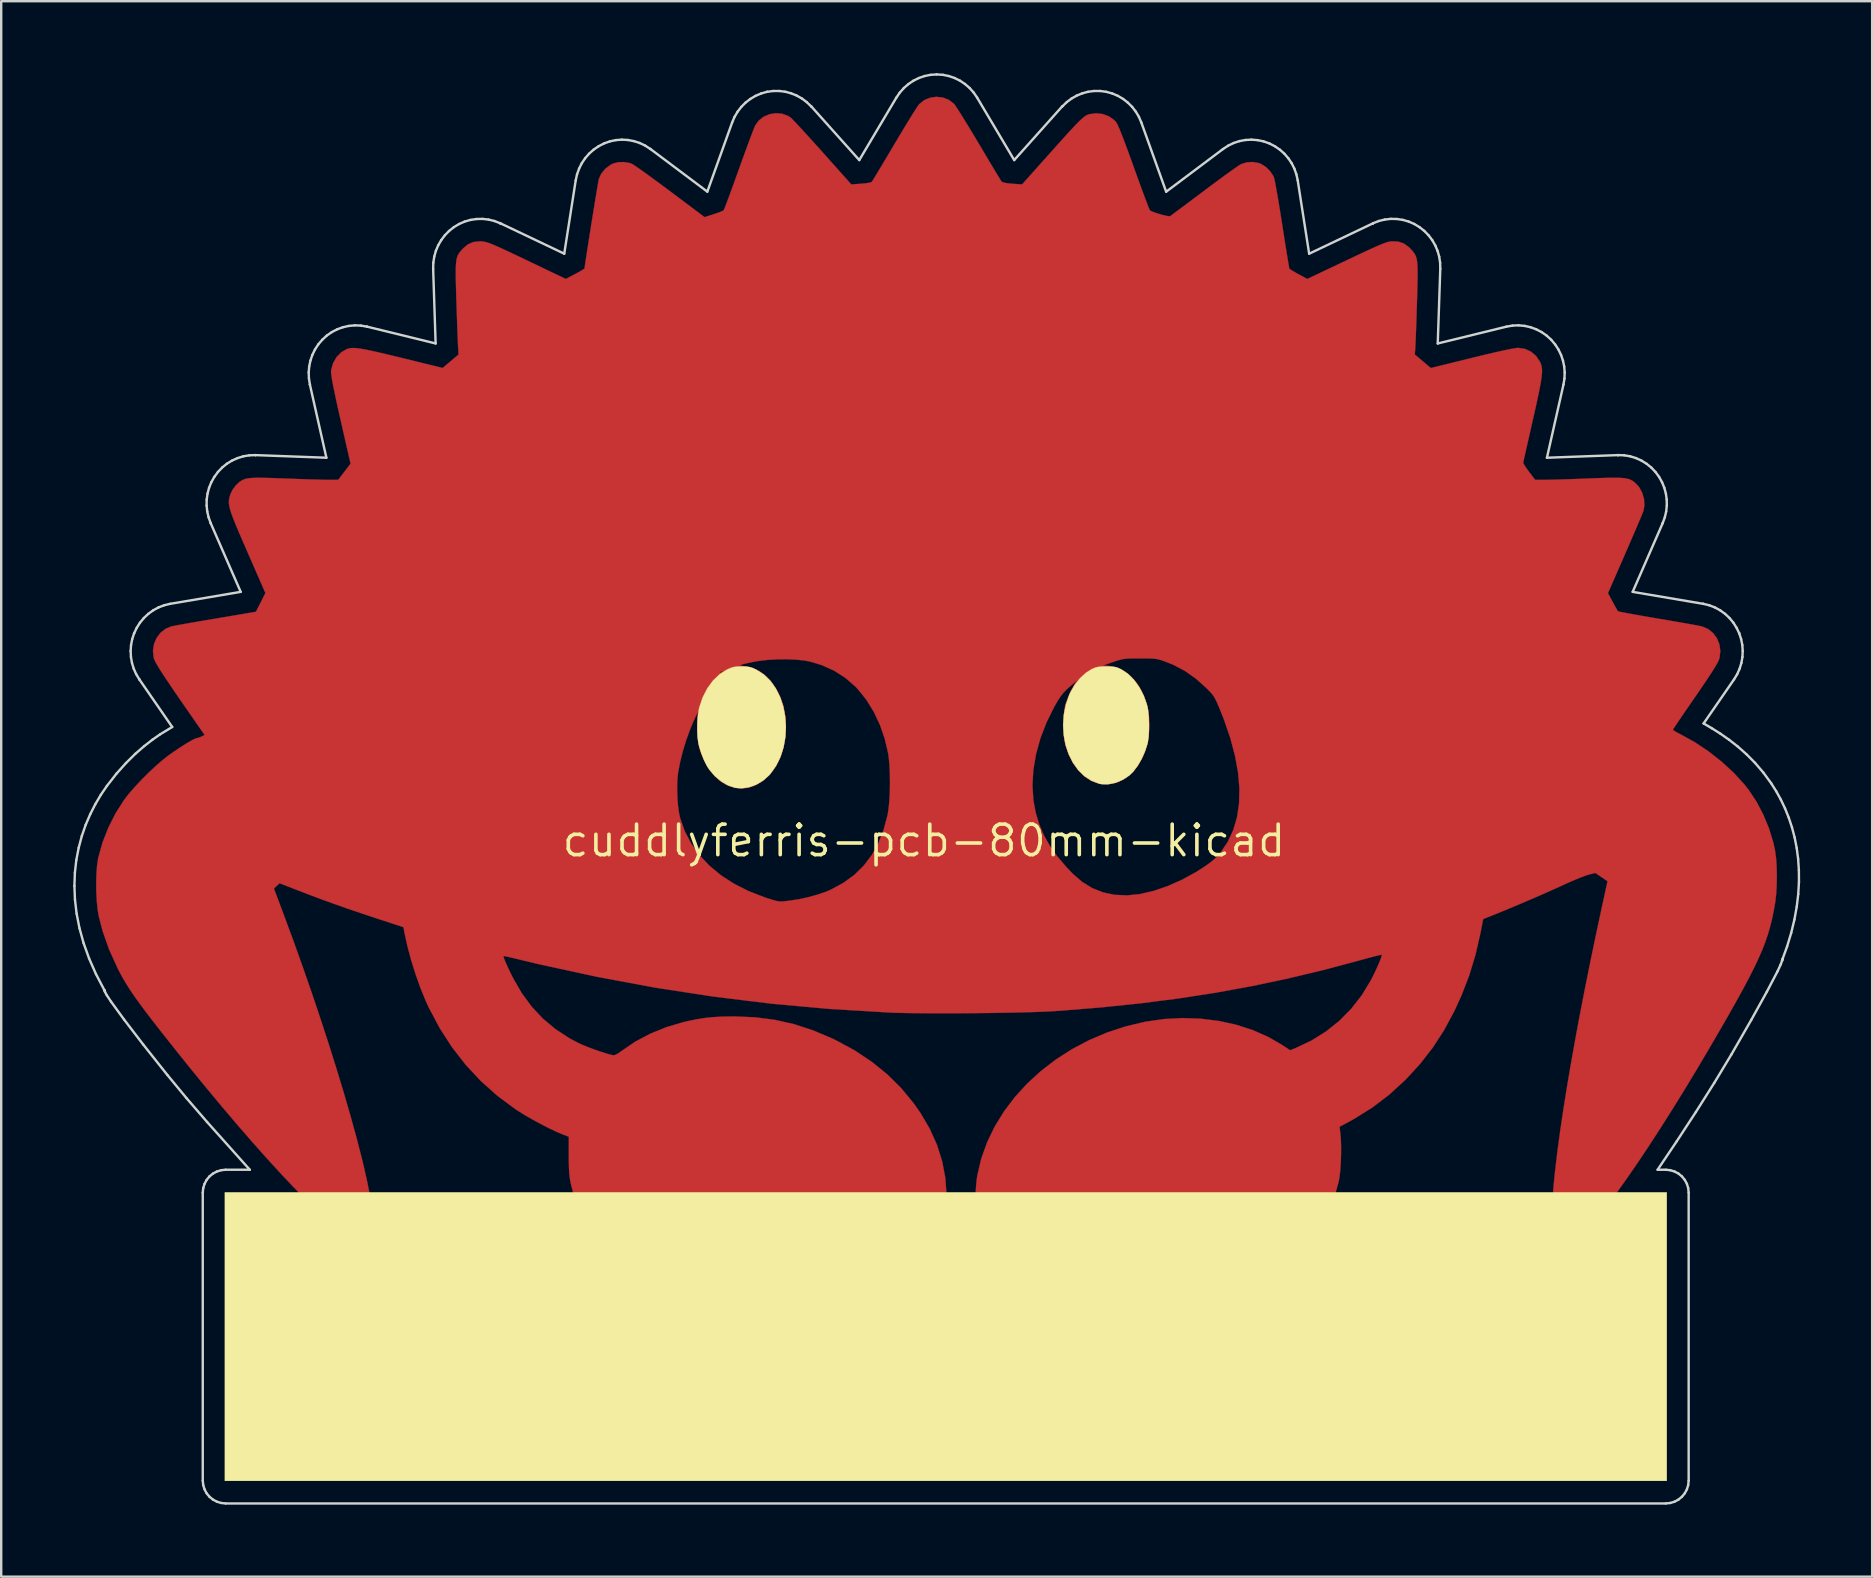
<source format=kicad_pcb>
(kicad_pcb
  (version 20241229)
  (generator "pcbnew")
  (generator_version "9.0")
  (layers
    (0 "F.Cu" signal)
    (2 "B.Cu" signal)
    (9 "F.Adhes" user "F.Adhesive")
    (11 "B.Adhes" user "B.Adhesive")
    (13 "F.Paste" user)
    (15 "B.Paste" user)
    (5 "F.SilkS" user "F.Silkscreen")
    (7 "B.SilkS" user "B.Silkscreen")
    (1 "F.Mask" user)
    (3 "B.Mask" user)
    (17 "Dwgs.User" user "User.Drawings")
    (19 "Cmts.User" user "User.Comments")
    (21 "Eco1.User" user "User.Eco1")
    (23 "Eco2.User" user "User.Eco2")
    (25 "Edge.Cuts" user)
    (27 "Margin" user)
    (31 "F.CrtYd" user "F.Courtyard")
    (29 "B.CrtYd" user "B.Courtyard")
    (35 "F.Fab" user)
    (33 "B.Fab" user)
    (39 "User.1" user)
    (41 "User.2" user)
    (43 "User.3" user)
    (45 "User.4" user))
  (footprint "cuddlyferris-pcb-80mm-kicad"
    (layer "F.Cu")
    (at 35.442 31.974)
    (property "Reference" "cuddlyferris-pcb-80mm-kicad" (at 0 0 0) (layer "F.SilkS") (effects (font (size 1.27 1.27) (thickness 0.15))))
    (attr through_hole)
    (fp_poly (pts (xy 0.789 -30.96) (xy 1.037 -30.863) (xy 1.249 -30.701) (xy 1.298 -30.636) (xy 1.384 -30.508) (xy 1.503 -30.323) (xy 1.648 -30.09) (xy 1.815 -29.818) (xy 1.999 -29.516) (xy 2.194 -29.191) (xy 2.282 -29.043) (xy 2.477 -28.715) (xy 2.659 -28.408) (xy 2.825 -28.13) (xy 2.969 -27.89) (xy 3.087 -27.695) (xy 3.173 -27.553) (xy 3.224 -27.472) (xy 3.234 -27.457) (xy 3.308 -27.421) (xy 3.464 -27.391) (xy 3.684 -27.369) (xy 4.087 -27.341) (xy 5.234 -28.625) (xy 5.554 -28.983) (xy 5.824 -29.284) (xy 6.049 -29.532) (xy 6.235 -29.732) (xy 6.386 -29.89) (xy 6.509 -30.012) (xy 6.608 -30.103) (xy 6.69 -30.168) (xy 6.759 -30.213) (xy 6.821 -30.243) (xy 6.881 -30.264) (xy 6.887 -30.265) (xy 7.17 -30.305) (xy 7.45 -30.273) (xy 7.709 -30.175) (xy 7.929 -30.017) (xy 8.008 -29.93) (xy 8.058 -29.843) (xy 8.133 -29.677) (xy 8.233 -29.431) (xy 8.358 -29.105) (xy 8.509 -28.699) (xy 8.685 -28.213) (xy 8.745 -28.046) (xy 8.877 -27.68) (xy 9.001 -27.338) (xy 9.115 -27.029) (xy 9.215 -26.76) (xy 9.298 -26.541) (xy 9.361 -26.379) (xy 9.401 -26.283) (xy 9.414 -26.261) (xy 9.48 -26.222) (xy 9.602 -26.174) (xy 9.756 -26.123) (xy 9.921 -26.076) (xy 10.075 -26.038) (xy 10.193 -26.017) (xy 10.255 -26.019) (xy 10.3 -26.051) (xy 10.404 -26.128) (xy 10.561 -26.245) (xy 10.764 -26.396) (xy 11.003 -26.575) (xy 11.273 -26.777) (xy 11.565 -26.996) (xy 11.663 -27.07) (xy 11.967 -27.297) (xy 12.256 -27.511) (xy 12.523 -27.707) (xy 12.758 -27.877) (xy 12.954 -28.016) (xy 13.101 -28.118) (xy 13.192 -28.176) (xy 13.205 -28.183) (xy 13.436 -28.259) (xy 13.695 -28.276) (xy 13.946 -28.233) (xy 14.037 -28.198) (xy 14.238 -28.073) (xy 14.417 -27.897) (xy 14.55 -27.7) (xy 14.582 -27.628) (xy 14.602 -27.55) (xy 14.633 -27.397) (xy 14.673 -27.18) (xy 14.721 -26.909) (xy 14.775 -26.592) (xy 14.833 -26.24) (xy 14.893 -25.863) (xy 14.926 -25.654) (xy 14.985 -25.274) (xy 15.041 -24.92) (xy 15.092 -24.6) (xy 15.137 -24.325) (xy 15.174 -24.101) (xy 15.202 -23.938) (xy 15.219 -23.845) (xy 15.223 -23.826) (xy 15.266 -23.795) (xy 15.366 -23.734) (xy 15.507 -23.653) (xy 15.604 -23.6) (xy 15.968 -23.402) (xy 17.6 -24.176) (xy 18.006 -24.368) (xy 18.343 -24.527) (xy 18.62 -24.655) (xy 18.844 -24.755) (xy 19.022 -24.832) (xy 19.163 -24.888) (xy 19.274 -24.927) (xy 19.363 -24.951) (xy 19.437 -24.965) (xy 19.482 -24.969) (xy 19.757 -24.959) (xy 19.993 -24.88) (xy 20.206 -24.725) (xy 20.292 -24.637) (xy 20.363 -24.556) (xy 20.423 -24.479) (xy 20.47 -24.4) (xy 20.507 -24.309) (xy 20.534 -24.198) (xy 20.552 -24.057) (xy 20.562 -23.879) (xy 20.566 -23.655) (xy 20.563 -23.376) (xy 20.555 -23.034) (xy 20.544 -22.62) (xy 20.537 -22.402) (xy 20.525 -22.026) (xy 20.514 -21.668) (xy 20.502 -21.337) (xy 20.492 -21.046) (xy 20.482 -20.804) (xy 20.474 -20.624) (xy 20.468 -20.517) (xy 20.468 -20.511) (xy 20.448 -20.256) (xy 20.782 -19.974) (xy 21.115 -19.692) (xy 22.819 -20.112) (xy 23.332 -20.237) (xy 23.77 -20.34) (xy 24.132 -20.421) (xy 24.417 -20.481) (xy 24.622 -20.517) (xy 24.748 -20.532) (xy 24.757 -20.532) (xy 25.034 -20.491) (xy 25.286 -20.376) (xy 25.499 -20.195) (xy 25.66 -19.957) (xy 25.687 -19.9) (xy 25.718 -19.815) (xy 25.739 -19.723) (xy 25.749 -19.615) (xy 25.747 -19.484) (xy 25.731 -19.321) (xy 25.701 -19.119) (xy 25.656 -18.871) (xy 25.595 -18.567) (xy 25.516 -18.201) (xy 25.418 -17.764) (xy 25.364 -17.526) (xy 25.28 -17.156) (xy 25.202 -16.811) (xy 25.131 -16.5) (xy 25.07 -16.231) (xy 25.022 -16.014) (xy 24.987 -15.857) (xy 24.968 -15.769) (xy 24.965 -15.755) (xy 24.985 -15.699) (xy 25.048 -15.594) (xy 25.141 -15.458) (xy 25.209 -15.366) (xy 25.463 -15.033) (xy 25.823 -15.033) (xy 25.954 -15.034) (xy 26.155 -15.039) (xy 26.415 -15.046) (xy 26.72 -15.056) (xy 27.056 -15.067) (xy 27.411 -15.08) (xy 27.622 -15.088) (xy 28.049 -15.104) (xy 28.4 -15.115) (xy 28.685 -15.12) (xy 28.913 -15.119) (xy 29.093 -15.111) (xy 29.235 -15.095) (xy 29.347 -15.07) (xy 29.438 -15.036) (xy 29.519 -14.992) (xy 29.598 -14.936) (xy 29.609 -14.928) (xy 29.788 -14.741) (xy 29.92 -14.503) (xy 29.998 -14.236) (xy 30.014 -13.963) (xy 29.971 -13.733) (xy 29.942 -13.659) (xy 29.884 -13.517) (xy 29.799 -13.315) (xy 29.692 -13.064) (xy 29.566 -12.771) (xy 29.426 -12.447) (xy 29.275 -12.099) (xy 29.206 -11.94) (xy 28.495 -10.313) (xy 28.69 -9.951) (xy 28.776 -9.792) (xy 28.848 -9.663) (xy 28.896 -9.579) (xy 28.909 -9.56) (xy 28.955 -9.546) (xy 29.076 -9.521) (xy 29.262 -9.485) (xy 29.504 -9.441) (xy 29.793 -9.389) (xy 30.121 -9.332) (xy 30.477 -9.271) (xy 30.586 -9.252) (xy 30.957 -9.189) (xy 31.308 -9.129) (xy 31.629 -9.073) (xy 31.91 -9.023) (xy 32.14 -8.981) (xy 32.31 -8.949) (xy 32.408 -8.929) (xy 32.419 -8.926) (xy 32.671 -8.818) (xy 32.879 -8.648) (xy 33.038 -8.429) (xy 33.14 -8.175) (xy 33.177 -7.901) (xy 33.143 -7.621) (xy 33.117 -7.535) (xy 33.065 -7.424) (xy 32.962 -7.246) (xy 32.81 -7.004) (xy 32.611 -6.7) (xy 32.364 -6.335) (xy 32.118 -5.977) (xy 31.913 -5.68) (xy 31.723 -5.404) (xy 31.555 -5.158) (xy 31.413 -4.949) (xy 31.304 -4.785) (xy 31.231 -4.674) (xy 31.2 -4.623) (xy 31.2 -4.621) (xy 31.235 -4.59) (xy 31.329 -4.533) (xy 31.464 -4.46) (xy 31.517 -4.434) (xy 32.11 -4.106) (xy 32.689 -3.72) (xy 33.237 -3.288) (xy 33.74 -2.825) (xy 34.181 -2.341) (xy 34.374 -2.095) (xy 34.69 -1.614) (xy 34.971 -1.077) (xy 35.205 -0.509) (xy 35.381 0.066) (xy 35.459 0.423) (xy 35.498 0.718) (xy 35.522 1.07) (xy 35.531 1.455) (xy 35.525 1.845) (xy 35.504 2.215) (xy 35.468 2.54) (xy 35.458 2.602) (xy 35.395 2.953) (xy 35.326 3.284) (xy 35.246 3.603) (xy 35.153 3.919) (xy 35.043 4.238) (xy 34.914 4.57) (xy 34.76 4.921) (xy 34.58 5.3) (xy 34.37 5.715) (xy 34.126 6.174) (xy 33.845 6.684) (xy 33.524 7.253) (xy 33.338 7.578) (xy 32.784 8.533) (xy 32.239 9.455) (xy 31.705 10.339) (xy 31.183 11.182) (xy 30.677 11.982) (xy 30.187 12.736) (xy 29.717 13.44) (xy 29.267 14.092) (xy 28.841 14.688) (xy 28.44 15.226) (xy 28.066 15.703) (xy 27.721 16.115) (xy 27.408 16.46) (xy 27.128 16.734) (xy 26.915 16.912) (xy 26.768 17.016) (xy 26.661 17.074) (xy 26.569 17.095) (xy 26.504 17.094) (xy 26.395 17.064) (xy 26.31 16.988) (xy 26.248 16.856) (xy 26.202 16.661) (xy 26.17 16.392) (xy 26.165 16.332) (xy 26.15 15.95) (xy 26.156 15.49) (xy 26.184 14.954) (xy 26.233 14.347) (xy 26.302 13.672) (xy 26.391 12.932) (xy 26.499 12.13) (xy 26.626 11.27) (xy 26.772 10.355) (xy 26.935 9.389) (xy 27.115 8.374) (xy 27.312 7.314) (xy 27.526 6.213) (xy 27.755 5.073) (xy 28 3.898) (xy 28.23 2.823) (xy 28.477 1.688) (xy 28.223 1.515) (xy 27.968 1.342) (xy 27.674 1.418) (xy 27.541 1.461) (xy 27.351 1.533) (xy 27.12 1.628) (xy 26.866 1.737) (xy 26.612 1.853) (xy 26.292 1.999) (xy 25.912 2.168) (xy 25.492 2.352) (xy 25.051 2.542) (xy 24.608 2.729) (xy 24.182 2.907) (xy 23.793 3.066) (xy 23.64 3.127) (xy 23.298 3.263) (xy 23.18 3.865) (xy 22.975 4.758) (xy 22.717 5.606) (xy 22.398 6.434) (xy 22.097 7.093) (xy 21.671 7.886) (xy 21.197 8.618) (xy 20.664 9.303) (xy 20.062 9.956) (xy 20.047 9.971) (xy 19.384 10.578) (xy 18.682 11.112) (xy 17.932 11.581) (xy 17.742 11.686) (xy 17.312 11.917) (xy 17.345 12.171) (xy 17.368 12.432) (xy 17.378 12.745) (xy 17.376 13.085) (xy 17.364 13.429) (xy 17.341 13.753) (xy 17.308 14.034) (xy 17.28 14.189) (xy 17.08 14.915) (xy 16.802 15.614) (xy 16.451 16.283) (xy 16.032 16.917) (xy 15.548 17.513) (xy 15.003 18.068) (xy 14.401 18.578) (xy 13.748 19.04) (xy 13.046 19.449) (xy 12.301 19.803) (xy 11.516 20.098) (xy 10.695 20.329) (xy 9.97 20.475) (xy 9.584 20.522) (xy 9.148 20.549) (xy 8.683 20.556) (xy 8.208 20.544) (xy 7.744 20.513) (xy 7.312 20.465) (xy 6.932 20.399) (xy 6.759 20.358) (xy 6.597 20.315) (xy 7.141 19.756) (xy 7.834 19.02) (xy 8.497 18.263) (xy 9.147 17.464) (xy 9.698 16.743) (xy 9.848 16.54) (xy 10.007 16.319) (xy 10.169 16.092) (xy 10.326 15.868) (xy 10.471 15.658) (xy 10.597 15.474) (xy 10.696 15.325) (xy 10.761 15.222) (xy 10.784 15.176) (xy 10.784 15.174) (xy 10.74 15.176) (xy 10.632 15.189) (xy 10.477 15.209) (xy 10.372 15.223) (xy 9.843 15.293) (xy 9.248 15.362) (xy 8.601 15.429) (xy 7.915 15.493) (xy 7.203 15.554) (xy 6.48 15.609) (xy 5.758 15.66) (xy 5.052 15.703) (xy 4.374 15.739) (xy 3.739 15.766) (xy 3.159 15.783) (xy 2.649 15.79) (xy 2.616 15.79) (xy 2.205 15.79) (xy 2.174 15.632) (xy 2.154 15.469) (xy 2.145 15.244) (xy 2.144 14.978) (xy 2.153 14.693) (xy 2.169 14.409) (xy 2.193 14.149) (xy 2.221 13.949) (xy 2.386 13.247) (xy 2.63 12.566) (xy 2.948 11.908) (xy 3.336 11.277) (xy 3.788 10.679) (xy 4.302 10.117) (xy 4.871 9.595) (xy 5.492 9.118) (xy 6.159 8.689) (xy 6.869 8.314) (xy 7.617 7.995) (xy 8.398 7.737) (xy 9.207 7.544) (xy 9.229 7.54) (xy 10.001 7.429) (xy 10.774 7.388) (xy 11.539 7.415) (xy 12.287 7.509) (xy 13.01 7.667) (xy 13.698 7.89) (xy 14.343 8.175) (xy 14.888 8.489) (xy 15.256 8.729) (xy 15.492 8.634) (xy 16.144 8.326) (xy 16.749 7.948) (xy 17.302 7.506) (xy 17.8 7.002) (xy 18.238 6.44) (xy 18.612 5.825) (xy 18.681 5.691) (xy 18.794 5.461) (xy 18.894 5.242) (xy 18.978 5.049) (xy 19.038 4.893) (xy 19.071 4.789) (xy 19.073 4.75) (xy 19.028 4.755) (xy 18.914 4.781) (xy 18.742 4.824) (xy 18.524 4.881) (xy 18.271 4.95) (xy 18.131 4.989) (xy 16.631 5.389) (xy 15.14 5.745) (xy 13.645 6.06) (xy 12.135 6.335) (xy 10.596 6.573) (xy 9.017 6.775) (xy 7.384 6.944) (xy 5.686 7.082) (xy 5.482 7.096) (xy 5.178 7.114) (xy 4.8 7.129) (xy 4.361 7.144) (xy 3.871 7.156) (xy 3.342 7.167) (xy 2.786 7.176) (xy 2.213 7.182) (xy 1.636 7.187) (xy 1.066 7.19) (xy 0.513 7.19) (xy -0.009 7.187) (xy -0.491 7.182) (xy -0.92 7.175) (xy -1.286 7.165) (xy -1.441 7.158) (xy -3.909 7.01) (xy -6.348 6.79) (xy -8.768 6.494) (xy -11.18 6.124) (xy -13.594 5.675) (xy -16.019 5.149) (xy -16.912 4.936) (xy -17.123 4.885) (xy -17.303 4.844) (xy -17.437 4.815) (xy -17.509 4.803) (xy -17.517 4.803) (xy -17.511 4.851) (xy -17.472 4.961) (xy -17.405 5.12) (xy -17.317 5.315) (xy -17.212 5.534) (xy -17.116 5.727) (xy -16.752 6.356) (xy -16.338 6.918) (xy -15.87 7.417) (xy -15.345 7.854) (xy -14.76 8.235) (xy -14.4 8.426) (xy -14.216 8.51) (xy -13.99 8.602) (xy -13.74 8.695) (xy -13.488 8.783) (xy -13.254 8.858) (xy -13.059 8.914) (xy -12.932 8.94) (xy -12.853 8.92) (xy -12.73 8.853) (xy -12.585 8.751) (xy -12.028 8.372) (xy -11.41 8.044) (xy -10.744 7.772) (xy -10.039 7.562) (xy -9.86 7.52) (xy -9.491 7.444) (xy -9.149 7.388) (xy -8.811 7.351) (xy -8.449 7.33) (xy -8.037 7.322) (xy -7.879 7.321) (xy -7.029 7.357) (xy -6.211 7.463) (xy -5.415 7.642) (xy -4.628 7.898) (xy -3.836 8.232) (xy -3.662 8.316) (xy -2.883 8.738) (xy -2.173 9.211) (xy -1.528 9.734) (xy -0.946 10.311) (xy -0.425 10.944) (xy -0.138 11.355) (xy 0.244 12.008) (xy 0.543 12.674) (xy 0.758 13.355) (xy 0.891 14.051) (xy 0.941 14.764) (xy 0.942 14.817) (xy 0.941 15.043) (xy 0.936 15.245) (xy 0.929 15.405) (xy 0.919 15.504) (xy 0.915 15.522) (xy 0.897 15.563) (xy 0.863 15.589) (xy 0.797 15.601) (xy 0.682 15.603) (xy 0.502 15.597) (xy 0.475 15.596) (xy 0.313 15.589) (xy 0.085 15.58) (xy -0.191 15.568) (xy -0.499 15.555) (xy -0.818 15.542) (xy -0.995 15.535) (xy -2.037 15.485) (xy -3.111 15.421) (xy -4.193 15.345) (xy -5.256 15.259) (xy -6.274 15.164) (xy -6.808 15.109) (xy -7.062 15.083) (xy -7.287 15.062) (xy -7.468 15.048) (xy -7.593 15.042) (xy -7.649 15.044) (xy -7.65 15.044) (xy -7.638 15.087) (xy -7.587 15.187) (xy -7.506 15.331) (xy -7.402 15.506) (xy -7.365 15.567) (xy -6.577 16.767) (xy -5.72 17.939) (xy -4.807 19.063) (xy -4.131 19.825) (xy -3.97 20.002) (xy -3.832 20.156) (xy -3.726 20.278) (xy -3.662 20.356) (xy -3.647 20.382) (xy -3.692 20.396) (xy -3.801 20.423) (xy -3.956 20.458) (xy -4.064 20.482) (xy -4.772 20.6) (xy -5.514 20.665) (xy -6.254 20.674) (xy -6.611 20.656) (xy -7.456 20.558) (xy -8.291 20.383) (xy -9.108 20.136) (xy -9.899 19.821) (xy -10.657 19.441) (xy -11.374 19.001) (xy -12.041 18.504) (xy -12.652 17.953) (xy -13.069 17.506) (xy -13.565 16.874) (xy -13.979 16.22) (xy -14.314 15.54) (xy -14.57 14.833) (xy -14.697 14.346) (xy -14.734 14.168) (xy -14.761 14.004) (xy -14.779 13.832) (xy -14.789 13.633) (xy -14.794 13.388) (xy -14.796 13.119) (xy -14.796 12.332) (xy -15.05 12.235) (xy -15.308 12.126) (xy -15.615 11.981) (xy -15.951 11.809) (xy -16.293 11.623) (xy -16.622 11.434) (xy -16.917 11.252) (xy -17.018 11.185) (xy -17.765 10.631) (xy -18.456 10.015) (xy -19.088 9.339) (xy -19.661 8.602) (xy -20.173 7.808) (xy -20.624 6.958) (xy -20.765 6.651) (xy -20.975 6.137) (xy -21.177 5.571) (xy -21.361 4.981) (xy -21.517 4.401) (xy -21.635 3.865) (xy -21.685 3.602) (xy -22.77 3.246) (xy -23.414 3.032) (xy -23.998 2.834) (xy -24.541 2.643) (xy -25.066 2.453) (xy -25.592 2.256) (xy -26.029 2.088) (xy -26.848 1.77) (xy -26.964 1.881) (xy -27.08 1.992) (xy -26.648 3.145) (xy -26.252 4.217) (xy -25.866 5.298) (xy -25.49 6.38) (xy -25.129 7.454) (xy -24.785 8.509) (xy -24.462 9.538) (xy -24.161 10.53) (xy -23.887 11.478) (xy -23.641 12.371) (xy -23.427 13.2) (xy -23.343 13.545) (xy -23.193 14.213) (xy -23.076 14.807) (xy -22.994 15.331) (xy -22.945 15.79) (xy -22.928 16.157) (xy -22.927 16.38) (xy -22.932 16.535) (xy -22.944 16.641) (xy -22.966 16.715) (xy -23 16.775) (xy -23.012 16.792) (xy -23.102 16.884) (xy -23.203 16.919) (xy -23.334 16.9) (xy -23.512 16.826) (xy -23.534 16.815) (xy -23.803 16.658) (xy -24.118 16.434) (xy -24.476 16.145) (xy -24.876 15.795) (xy -25.313 15.385) (xy -25.787 14.918) (xy -26.295 14.398) (xy -26.834 13.825) (xy -27.402 13.203) (xy -27.996 12.535) (xy -28.614 11.823) (xy -29.254 11.069) (xy -29.913 10.277) (xy -30.589 9.448) (xy -31.122 8.784) (xy -31.513 8.291) (xy -31.856 7.857) (xy -32.153 7.474) (xy -32.411 7.137) (xy -32.634 6.839) (xy -32.827 6.573) (xy -32.994 6.332) (xy -33.14 6.109) (xy -33.27 5.899) (xy -33.389 5.695) (xy -33.501 5.489) (xy -33.591 5.313) (xy -33.943 4.54) (xy -34.216 3.769) (xy -34.381 3.133) (xy -34.428 2.846) (xy -34.461 2.505) (xy -34.48 2.131) (xy -34.484 1.746) (xy -34.474 1.374) (xy -34.449 1.037) (xy -34.408 0.758) (xy -34.401 0.721) (xy -34.227 0.091) (xy -33.981 -0.539) (xy -33.675 -1.146) (xy -33.327 -1.693) (xy -33.131 -1.947) (xy -32.928 -2.181) (xy -10.283 -2.181) (xy -10.274 -1.832) (xy -10.25 -1.491) (xy -10.21 -1.184) (xy -10.161 -0.954) (xy -9.967 -0.401) (xy -9.697 0.117) (xy -9.355 0.597) (xy -8.941 1.038) (xy -8.46 1.437) (xy -7.913 1.792) (xy -7.303 2.1) (xy -6.633 2.36) (xy -6.456 2.417) (xy -6.271 2.474) (xy -6.139 2.511) (xy -6.031 2.529) (xy -5.923 2.531) (xy -5.787 2.52) (xy -5.596 2.497) (xy -5.567 2.493) (xy -5.188 2.433) (xy -4.794 2.346) (xy -4.411 2.239) (xy -4.067 2.12) (xy -3.88 2.04) (xy -3.358 1.756) (xy -2.901 1.423) (xy -2.507 1.038) (xy -2.174 0.597) (xy -1.898 0.099) (xy -1.679 -0.462) (xy -1.517 -1.067) (xy -1.474 -1.333) (xy -1.442 -1.661) (xy -1.423 -2.031) (xy -1.418 -2.313) (xy 4.52 -2.313) (xy 4.558 -1.695) (xy 4.657 -1.163) (xy 4.803 -0.682) (xy 4.995 -0.228) (xy 5.241 0.209) (xy 5.547 0.643) (xy 5.922 1.085) (xy 6.202 1.379) (xy 6.59 1.716) (xy 7.011 1.974) (xy 7.463 2.154) (xy 7.946 2.255) (xy 8.461 2.278) (xy 9.001 2.222) (xy 9.567 2.091) (xy 10.155 1.89) (xy 10.75 1.626) (xy 11.338 1.303) (xy 11.662 1.097) (xy 11.898 0.932) (xy 12.08 0.785) (xy 12.234 0.634) (xy 12.363 0.482) (xy 12.66 0.04) (xy 12.886 -0.447) (xy 13.042 -0.978) (xy 13.127 -1.554) (xy 13.142 -2.172) (xy 13.086 -2.832) (xy 12.96 -3.533) (xy 12.763 -4.273) (xy 12.496 -5.052) (xy 12.316 -5.504) (xy 12.223 -5.724) (xy 12.146 -5.886) (xy 12.074 -6.012) (xy 11.992 -6.122) (xy 11.887 -6.238) (xy 11.773 -6.352) (xy 11.331 -6.75) (xy 10.875 -7.072) (xy 10.392 -7.328) (xy 10.012 -7.479) (xy 9.877 -7.524) (xy 9.761 -7.556) (xy 9.644 -7.577) (xy 9.506 -7.589) (xy 9.329 -7.595) (xy 9.092 -7.596) (xy 8.996 -7.596) (xy 8.739 -7.595) (xy 8.546 -7.591) (xy 8.397 -7.581) (xy 8.272 -7.563) (xy 8.15 -7.533) (xy 8.01 -7.49) (xy 7.895 -7.451) (xy 7.472 -7.306) (xy 7.733 -7.279) (xy 8.057 -7.205) (xy 8.36 -7.053) (xy 8.636 -6.832) (xy 8.88 -6.549) (xy 9.084 -6.209) (xy 9.243 -5.82) (xy 9.337 -5.463) (xy 9.378 -5.15) (xy 9.389 -4.796) (xy 9.371 -4.436) (xy 9.325 -4.105) (xy 9.291 -3.958) (xy 9.144 -3.542) (xy 8.948 -3.177) (xy 8.709 -2.87) (xy 8.432 -2.627) (xy 8.122 -2.456) (xy 7.923 -2.39) (xy 7.592 -2.346) (xy 7.271 -2.383) (xy 6.966 -2.497) (xy 6.682 -2.682) (xy 6.426 -2.935) (xy 6.201 -3.253) (xy 6.015 -3.629) (xy 5.92 -3.895) (xy 5.879 -4.038) (xy 5.851 -4.174) (xy 5.833 -4.324) (xy 5.824 -4.509) (xy 5.821 -4.751) (xy 5.821 -4.826) (xy 5.824 -5.108) (xy 5.834 -5.324) (xy 5.853 -5.493) (xy 5.882 -5.634) (xy 5.897 -5.688) (xy 6.004 -5.986) (xy 6.132 -6.272) (xy 6.267 -6.511) (xy 6.272 -6.519) (xy 6.37 -6.668) (xy 6.159 -6.491) (xy 5.974 -6.33) (xy 5.826 -6.181) (xy 5.699 -6.022) (xy 5.574 -5.832) (xy 5.433 -5.587) (xy 5.429 -5.58) (xy 5.105 -4.927) (xy 4.851 -4.267) (xy 4.668 -3.606) (xy 4.557 -2.953) (xy 4.52 -2.313) (xy -1.418 -2.313) (xy -1.416 -2.421) (xy -1.421 -2.809) (xy -1.439 -3.174) (xy -1.47 -3.495) (xy -1.493 -3.644) (xy -1.634 -4.25) (xy -1.837 -4.833) (xy -2.096 -5.38) (xy -2.404 -5.878) (xy -2.756 -6.316) (xy -2.854 -6.418) (xy -3.275 -6.785) (xy -3.741 -7.083) (xy -4.257 -7.315) (xy -4.73 -7.46) (xy -5.018 -7.513) (xy -5.365 -7.547) (xy -5.751 -7.561) (xy -6.151 -7.555) (xy -6.544 -7.53) (xy -6.908 -7.486) (xy -7.059 -7.459) (xy -7.319 -7.406) (xy -7.501 -7.365) (xy -7.61 -7.334) (xy -7.65 -7.311) (xy -7.626 -7.293) (xy -7.544 -7.279) (xy -7.467 -7.272) (xy -7.144 -7.201) (xy -6.837 -7.052) (xy -6.553 -6.832) (xy -6.3 -6.547) (xy -6.084 -6.204) (xy -5.958 -5.927) (xy -5.863 -5.647) (xy -5.801 -5.363) (xy -5.767 -5.047) (xy -5.757 -4.698) (xy -5.791 -4.2) (xy -5.891 -3.735) (xy -6.053 -3.313) (xy -6.276 -2.941) (xy -6.495 -2.686) (xy -6.793 -2.437) (xy -7.106 -2.272) (xy -7.43 -2.189) (xy -7.765 -2.191) (xy -8.107 -2.276) (xy -8.284 -2.351) (xy -8.527 -2.511) (xy -8.761 -2.74) (xy -8.976 -3.024) (xy -9.16 -3.349) (xy -9.305 -3.7) (xy -9.359 -3.882) (xy -9.393 -4.06) (xy -9.421 -4.285) (xy -9.44 -4.535) (xy -9.45 -4.787) (xy -9.45 -5.017) (xy -9.438 -5.204) (xy -9.421 -5.3) (xy -9.414 -5.347) (xy -9.434 -5.326) (xy -9.477 -5.246) (xy -9.538 -5.116) (xy -9.613 -4.947) (xy -9.697 -4.749) (xy -9.752 -4.611) (xy -9.907 -4.185) (xy -10.045 -3.73) (xy -10.159 -3.276) (xy -10.239 -2.858) (xy -10.248 -2.801) (xy -10.275 -2.513) (xy -10.283 -2.181) (xy -32.928 -2.181) (xy -32.883 -2.233) (xy -32.6 -2.536) (xy -32.298 -2.837) (xy -31.995 -3.121) (xy -31.707 -3.37) (xy -31.503 -3.531) (xy -31.282 -3.688) (xy -31.056 -3.842) (xy -30.836 -3.984) (xy -30.636 -4.106) (xy -30.468 -4.2) (xy -30.345 -4.259) (xy -30.286 -4.276) (xy -30.205 -4.294) (xy -30.099 -4.339) (xy -30.095 -4.341) (xy -29.968 -4.407) (xy -30.24 -4.796) (xy -30.591 -5.302) (xy -30.897 -5.744) (xy -31.16 -6.126) (xy -31.382 -6.453) (xy -31.568 -6.729) (xy -31.72 -6.96) (xy -31.744 -6.997) (xy -8.505 -6.997) (xy -8.462 -7.006) (xy -8.454 -7.009) (xy -8.402 -7.042) (xy -8.402 -7.061) (xy -8.447 -7.057) (xy -8.478 -7.033) (xy -8.505 -6.997) (xy -31.744 -6.997) (xy -31.842 -7.15) (xy -31.935 -7.303) (xy -32.004 -7.425) (xy -32.052 -7.52) (xy -32.081 -7.592) (xy -32.089 -7.622) (xy -32.12 -7.91) (xy -32.078 -8.188) (xy -31.971 -8.443) (xy -31.808 -8.661) (xy -31.595 -8.828) (xy -31.36 -8.926) (xy -31.279 -8.943) (xy -31.124 -8.973) (xy -30.906 -9.013) (xy -30.635 -9.061) (xy -30.321 -9.115) (xy -29.975 -9.175) (xy -29.606 -9.237) (xy -29.506 -9.254) (xy -29.142 -9.315) (xy -28.804 -9.372) (xy -28.502 -9.423) (xy -28.246 -9.467) (xy -28.043 -9.502) (xy -27.903 -9.526) (xy -27.834 -9.539) (xy -27.828 -9.54) (xy -27.808 -9.578) (xy -27.759 -9.675) (xy -27.688 -9.816) (xy -27.629 -9.933) (xy -27.436 -10.32) (xy -28.183 -12.029) (xy -28.376 -12.471) (xy -28.537 -12.844) (xy -28.668 -13.155) (xy -28.772 -13.412) (xy -28.85 -13.623) (xy -28.905 -13.795) (xy -28.94 -13.937) (xy -28.956 -14.057) (xy -28.956 -14.161) (xy -28.943 -14.258) (xy -28.918 -14.355) (xy -28.892 -14.437) (xy -28.801 -14.626) (xy -28.665 -14.808) (xy -28.507 -14.956) (xy -28.372 -15.035) (xy -28.291 -15.065) (xy -28.202 -15.087) (xy -28.096 -15.104) (xy -27.963 -15.114) (xy -27.794 -15.119) (xy -27.579 -15.118) (xy -27.308 -15.113) (xy -26.972 -15.102) (xy -26.563 -15.087) (xy -26.207 -15.074) (xy -25.86 -15.062) (xy -25.536 -15.051) (xy -25.249 -15.043) (xy -25.013 -15.036) (xy -24.841 -15.033) (xy -24.786 -15.033) (xy -24.405 -15.032) (xy -24.146 -15.369) (xy -23.887 -15.706) (xy -24.025 -16.309) (xy -24.161 -16.906) (xy -24.279 -17.425) (xy -24.38 -17.873) (xy -24.465 -18.256) (xy -24.534 -18.578) (xy -24.59 -18.845) (xy -24.633 -19.063) (xy -24.664 -19.237) (xy -24.685 -19.373) (xy -24.697 -19.476) (xy -24.7 -19.552) (xy -24.697 -19.606) (xy -24.697 -19.607) (xy -24.615 -19.896) (xy -24.471 -20.148) (xy -24.274 -20.349) (xy -24.06 -20.473) (xy -23.98 -20.502) (xy -23.892 -20.52) (xy -23.788 -20.527) (xy -23.66 -20.522) (xy -23.501 -20.503) (xy -23.302 -20.469) (xy -23.055 -20.419) (xy -22.753 -20.352) (xy -22.389 -20.266) (xy -21.953 -20.161) (xy -21.756 -20.113) (xy -20.051 -19.694) (xy -19.719 -19.975) (xy -19.388 -20.256) (xy -19.409 -20.595) (xy -19.415 -20.716) (xy -19.423 -20.91) (xy -19.433 -21.164) (xy -19.444 -21.466) (xy -19.456 -21.804) (xy -19.468 -22.166) (xy -19.479 -22.511) (xy -19.492 -22.949) (xy -19.501 -23.311) (xy -19.505 -23.606) (xy -19.504 -23.844) (xy -19.495 -24.033) (xy -19.478 -24.182) (xy -19.451 -24.3) (xy -19.414 -24.397) (xy -19.365 -24.481) (xy -19.303 -24.56) (xy -19.228 -24.645) (xy -19.209 -24.665) (xy -19.003 -24.841) (xy -18.772 -24.942) (xy -18.504 -24.971) (xy -18.404 -24.966) (xy -18.331 -24.956) (xy -18.252 -24.939) (xy -18.157 -24.911) (xy -18.039 -24.868) (xy -17.891 -24.807) (xy -17.704 -24.725) (xy -17.471 -24.618) (xy -17.183 -24.483) (xy -16.833 -24.317) (xy -16.531 -24.173) (xy -14.922 -23.403) (xy -14.531 -23.608) (xy -14.369 -23.695) (xy -14.24 -23.771) (xy -14.159 -23.825) (xy -14.139 -23.846) (xy -14.133 -23.903) (xy -14.114 -24.034) (xy -14.085 -24.226) (xy -14.048 -24.47) (xy -14.003 -24.756) (xy -13.954 -25.071) (xy -13.901 -25.407) (xy -13.846 -25.752) (xy -13.791 -26.095) (xy -13.737 -26.426) (xy -13.687 -26.734) (xy -13.642 -27.009) (xy -13.603 -27.24) (xy -13.573 -27.417) (xy -13.553 -27.528) (xy -13.547 -27.559) (xy -13.443 -27.791) (xy -13.272 -27.997) (xy -13.05 -28.161) (xy -12.937 -28.216) (xy -12.734 -28.266) (xy -12.499 -28.273) (xy -12.273 -28.236) (xy -12.166 -28.198) (xy -12.095 -28.156) (xy -11.965 -28.068) (xy -11.784 -27.941) (xy -11.559 -27.781) (xy -11.3 -27.592) (xy -11.013 -27.382) (xy -10.708 -27.155) (xy -10.566 -27.049) (xy -9.139 -25.978) (xy -8.759 -26.1) (xy -8.589 -26.157) (xy -8.45 -26.211) (xy -8.361 -26.252) (xy -8.342 -26.266) (xy -8.32 -26.314) (xy -8.273 -26.434) (xy -8.204 -26.616) (xy -8.116 -26.852) (xy -8.013 -27.133) (xy -7.897 -27.452) (xy -7.772 -27.798) (xy -7.711 -27.968) (xy -7.581 -28.331) (xy -7.456 -28.675) (xy -7.34 -28.99) (xy -7.237 -29.267) (xy -7.151 -29.496) (xy -7.084 -29.669) (xy -7.041 -29.775) (xy -7.03 -29.796) (xy -6.879 -30.005) (xy -6.675 -30.163) (xy -6.435 -30.265) (xy -6.177 -30.308) (xy -5.916 -30.288) (xy -5.672 -30.201) (xy -5.561 -30.131) (xy -5.506 -30.08) (xy -5.401 -29.972) (xy -5.253 -29.815) (xy -5.069 -29.616) (xy -4.855 -29.382) (xy -4.618 -29.121) (xy -4.364 -28.839) (xy -4.229 -28.688) (xy -3.027 -27.341) (xy -2.625 -27.369) (xy -2.445 -27.386) (xy -2.296 -27.409) (xy -2.199 -27.433) (xy -2.176 -27.446) (xy -2.145 -27.492) (xy -2.075 -27.603) (xy -1.973 -27.772) (xy -1.842 -27.989) (xy -1.687 -28.249) (xy -1.512 -28.541) (xy -1.324 -28.859) (xy -1.229 -29.02) (xy -1.031 -29.352) (xy -0.843 -29.666) (xy -0.668 -29.954) (xy -0.512 -30.207) (xy -0.38 -30.415) (xy -0.279 -30.571) (xy -0.213 -30.666) (xy -0.196 -30.686) (xy 0.014 -30.854) (xy 0.26 -30.955) (xy 0.524 -30.991) (xy 0.789 -30.96)) (stroke (width 0.01) (type solid)) (fill yes) (layer "F.Cu"))
    (fp_poly (pts (xy -16.086 7.064) (xy -15.907 7.087) (xy -15.679 7.119) (xy -15.414 7.159) (xy -15.194 7.195) (xy -14.691 7.276) (xy -14.24 7.346) (xy -13.819 7.409) (xy -13.405 7.468) (xy -12.977 7.527) (xy -12.512 7.587) (xy -11.987 7.653) (xy -11.917 7.661) (xy -11.624 7.698) (xy -11.358 7.731) (xy -11.129 7.761) (xy -10.951 7.784) (xy -10.835 7.8) (xy -10.795 7.806) (xy -10.793 7.828) (xy -10.855 7.868) (xy -10.922 7.898) (xy -11.17 8.007) (xy -11.452 8.144) (xy -11.744 8.297) (xy -12.027 8.455) (xy -12.278 8.606) (xy -12.477 8.739) (xy -12.509 8.762) (xy -12.654 8.869) (xy -12.772 8.953) (xy -12.849 9.004) (xy -12.869 9.014) (xy -12.917 9.002) (xy -13.026 8.973) (xy -13.178 8.932) (xy -13.25 8.912) (xy -13.951 8.678) (xy -14.604 8.374) (xy -15.21 8) (xy -15.77 7.555) (xy -15.899 7.437) (xy -16.041 7.298) (xy -16.155 7.18) (xy -16.229 7.095) (xy -16.253 7.054) (xy -16.252 7.053) (xy -16.205 7.052) (xy -16.086 7.064)) (stroke (width 0.01) (type solid)) (fill yes) (layer "F.Mask"))
    (fp_poly (pts (xy 18 6.783) (xy 18.008 6.822) (xy 17.958 6.905) (xy 17.861 7.024) (xy 17.726 7.17) (xy 17.561 7.334) (xy 17.375 7.508) (xy 17.177 7.682) (xy 16.976 7.848) (xy 16.811 7.974) (xy 16.616 8.107) (xy 16.39 8.244) (xy 16.149 8.379) (xy 15.907 8.504) (xy 15.679 8.612) (xy 15.479 8.695) (xy 15.322 8.746) (xy 15.228 8.759) (xy 15.169 8.733) (xy 15.065 8.671) (xy 14.944 8.59) (xy 14.672 8.418) (xy 14.341 8.241) (xy 13.971 8.069) (xy 13.587 7.911) (xy 13.211 7.779) (xy 12.96 7.705) (xy 12.856 7.672) (xy 12.801 7.644) (xy 12.799 7.634) (xy 12.845 7.622) (xy 12.964 7.601) (xy 13.144 7.571) (xy 13.375 7.534) (xy 13.646 7.493) (xy 13.944 7.449) (xy 13.947 7.449) (xy 14.553 7.359) (xy 15.103 7.275) (xy 15.623 7.191) (xy 16.14 7.102) (xy 16.683 7.006) (xy 17.16 6.918) (xy 17.41 6.872) (xy 17.633 6.834) (xy 17.815 6.804) (xy 17.942 6.787) (xy 17.999 6.783) (xy 18 6.783)) (stroke (width 0.01) (type solid)) (fill yes) (layer "F.Mask"))
    (fp_poly (pts (xy 6.795 8.405) (xy 6.005 8.849) (xy 5.284 9.339) (xy 4.632 9.876) (xy 4.051 10.458) (xy 3.541 11.083) (xy 3.104 11.753) (xy 2.836 12.255) (xy 2.65 12.675) (xy 2.489 13.105) (xy 2.36 13.53) (xy 2.266 13.932) (xy 2.212 14.293) (xy 2.201 14.505) (xy 2.201 14.69) (xy 0.889 14.69) (xy 0.889 14.484) (xy 0.875 14.253) (xy 0.834 13.966) (xy 0.772 13.648) (xy 0.693 13.322) (xy 0.63 13.102) (xy 0.387 12.452) (xy 0.068 11.813) (xy -0.323 11.194) (xy -0.777 10.602) (xy -1.288 10.046) (xy -1.85 9.533) (xy -2.454 9.072) (xy -3.094 8.67) (xy -3.357 8.528) (xy -3.531 8.433) (xy -3.639 8.362) (xy -3.68 8.317) (xy -3.65 8.301) (xy -3.567 8.314) (xy -3.505 8.319) (xy -3.366 8.324) (xy -3.157 8.33) (xy -2.886 8.336) (xy -2.561 8.343) (xy -2.189 8.349) (xy -1.777 8.355) (xy -1.333 8.36) (xy -0.865 8.366) (xy -0.762 8.367) (xy 0.258 8.374) (xy 1.206 8.374) (xy 2.096 8.368) (xy 2.941 8.354) (xy 3.754 8.333) (xy 4.548 8.304) (xy 5.335 8.267) (xy 5.567 8.254) (xy 5.853 8.239) (xy 6.155 8.223) (xy 6.444 8.208) (xy 6.69 8.195) (xy 6.773 8.191) (xy 7.26 8.167) (xy 6.795 8.405)) (stroke (width 0.01) (type solid)) (fill yes) (layer "F.Mask"))
    (fp_poly (pts (xy 23.91 5.271) (xy 23.901 5.312) (xy 23.867 5.423) (xy 23.813 5.594) (xy 23.741 5.812) (xy 23.656 6.069) (xy 23.56 6.353) (xy 23.28 7.199) (xy 23.034 7.987) (xy 22.824 8.714) (xy 22.65 9.376) (xy 22.512 9.97) (xy 22.412 10.496) (xy 22.355 10.903) (xy 22.334 11.175) (xy 22.338 11.373) (xy 22.369 11.503) (xy 22.428 11.574) (xy 22.481 11.591) (xy 22.605 11.57) (xy 22.78 11.487) (xy 23.002 11.344) (xy 23.267 11.144) (xy 23.572 10.891) (xy 23.915 10.588) (xy 24.292 10.237) (xy 24.699 9.842) (xy 25.133 9.406) (xy 25.591 8.931) (xy 26.07 8.421) (xy 26.567 7.879) (xy 27.078 7.308) (xy 27.121 7.259) (xy 27.236 7.133) (xy 27.329 7.039) (xy 27.388 6.989) (xy 27.401 6.985) (xy 27.401 7.033) (xy 27.387 7.145) (xy 27.361 7.301) (xy 27.341 7.408) (xy 27.216 8.065) (xy 27.09 8.759) (xy 26.965 9.477) (xy 26.844 10.208) (xy 26.728 10.938) (xy 26.619 11.655) (xy 26.519 12.347) (xy 26.43 13) (xy 26.354 13.603) (xy 26.293 14.142) (xy 26.267 14.404) (xy 26.24 14.69) (xy 21.668 14.69) (xy 20.947 14.69) (xy 20.306 14.689) (xy 19.74 14.689) (xy 19.244 14.688) (xy 18.815 14.687) (xy 18.447 14.686) (xy 18.136 14.683) (xy 17.877 14.681) (xy 17.665 14.677) (xy 17.496 14.673) (xy 17.365 14.668) (xy 17.268 14.662) (xy 17.199 14.655) (xy 17.155 14.647) (xy 17.13 14.638) (xy 17.119 14.628) (xy 17.119 14.616) (xy 17.12 14.616) (xy 17.261 14.024) (xy 17.335 13.396) (xy 17.341 12.725) (xy 17.29 12.086) (xy 17.265 11.874) (xy 17.628 11.691) (xy 18.215 11.359) (xy 18.806 10.958) (xy 19.386 10.501) (xy 19.939 10.002) (xy 20.449 9.473) (xy 20.901 8.928) (xy 20.906 8.921) (xy 21.235 8.459) (xy 21.558 7.948) (xy 21.865 7.411) (xy 22.141 6.872) (xy 22.374 6.352) (xy 22.482 6.075) (xy 22.545 5.907) (xy 22.6 5.769) (xy 22.639 5.68) (xy 22.65 5.66) (xy 22.697 5.637) (xy 22.807 5.598) (xy 22.962 5.546) (xy 23.146 5.487) (xy 23.342 5.426) (xy 23.532 5.369) (xy 23.7 5.32) (xy 23.829 5.286) (xy 23.901 5.27) (xy 23.91 5.271)) (stroke (width 0.01) (type solid)) (fill yes) (layer "F.Mask"))
    (fp_poly (pts (xy -25.869 5.301) (xy -25.797 5.374) (xy -25.693 5.493) (xy -25.565 5.647) (xy -25.505 5.722) (xy -25.01 6.339) (xy -24.519 6.938) (xy -24.035 7.516) (xy -23.561 8.069) (xy -23.102 8.593) (xy -22.659 9.086) (xy -22.237 9.543) (xy -21.838 9.961) (xy -21.467 10.337) (xy -21.126 10.668) (xy -20.818 10.949) (xy -20.548 11.178) (xy -20.318 11.35) (xy -20.132 11.463) (xy -19.993 11.513) (xy -19.965 11.515) (xy -19.893 11.475) (xy -19.847 11.36) (xy -19.825 11.174) (xy -19.827 10.921) (xy -19.852 10.608) (xy -19.9 10.238) (xy -19.969 9.816) (xy -20.06 9.348) (xy -20.171 8.838) (xy -20.301 8.29) (xy -20.451 7.71) (xy -20.591 7.199) (xy -20.646 7.001) (xy -20.689 6.834) (xy -20.717 6.715) (xy -20.726 6.658) (xy -20.725 6.656) (xy -20.701 6.686) (xy -20.648 6.778) (xy -20.571 6.92) (xy -20.479 7.097) (xy -20.454 7.147) (xy -19.985 7.989) (xy -19.457 8.771) (xy -18.87 9.494) (xy -18.227 10.155) (xy -17.529 10.752) (xy -16.778 11.285) (xy -15.975 11.751) (xy -15.28 12.082) (xy -14.761 12.307) (xy -14.753 13.128) (xy -14.746 13.498) (xy -14.731 13.801) (xy -14.706 14.055) (xy -14.67 14.277) (xy -14.619 14.486) (xy -14.582 14.611) (xy -14.58 14.624) (xy -14.586 14.635) (xy -14.605 14.645) (xy -14.641 14.654) (xy -14.7 14.661) (xy -14.786 14.667) (xy -14.904 14.673) (xy -15.059 14.677) (xy -15.256 14.681) (xy -15.499 14.684) (xy -15.793 14.686) (xy -16.144 14.687) (xy -16.555 14.688) (xy -17.033 14.689) (xy -17.58 14.689) (xy -18.203 14.69) (xy -18.857 14.69) (xy -19.452 14.689) (xy -20.023 14.689) (xy -20.564 14.688) (xy -21.07 14.687) (xy -21.534 14.685) (xy -21.951 14.683) (xy -22.315 14.681) (xy -22.622 14.678) (xy -22.864 14.676) (xy -23.037 14.673) (xy -23.135 14.67) (xy -23.156 14.668) (xy -23.166 14.606) (xy -23.192 14.477) (xy -23.231 14.294) (xy -23.281 14.071) (xy -23.338 13.823) (xy -23.398 13.564) (xy -23.459 13.308) (xy -23.517 13.07) (xy -23.541 12.975) (xy -23.733 12.239) (xy -23.955 11.438) (xy -24.201 10.586) (xy -24.469 9.697) (xy -24.753 8.784) (xy -25.05 7.86) (xy -25.356 6.94) (xy -25.556 6.356) (xy -25.652 6.076) (xy -25.737 5.821) (xy -25.807 5.604) (xy -25.86 5.434) (xy -25.891 5.324) (xy -25.898 5.284) (xy -25.869 5.301)) (stroke (width 0.01) (type solid)) (fill yes) (layer "F.Mask"))
    (fp_poly (pts (xy -5.392 -7.6) (xy -4.798 -7.517) (xy -4.276 -7.374) (xy -3.755 -7.149) (xy -3.28 -6.854) (xy -2.85 -6.488) (xy -2.467 -6.054) (xy -2.133 -5.552) (xy -1.849 -4.984) (xy -1.68 -4.549) (xy -1.578 -4.229) (xy -1.5 -3.923) (xy -1.444 -3.612) (xy -1.407 -3.277) (xy -1.386 -2.897) (xy -1.378 -2.453) (xy -1.378 -2.434) (xy -1.38 -2.051) (xy -1.391 -1.733) (xy -1.412 -1.458) (xy -1.445 -1.207) (xy -1.493 -0.96) (xy -1.558 -0.695) (xy -1.573 -0.64) (xy -1.772 -0.058) (xy -2.034 0.469) (xy -2.36 0.94) (xy -2.746 1.355) (xy -3.192 1.711) (xy -3.695 2.008) (xy -4.255 2.244) (xy -4.87 2.419) (xy -5.539 2.531) (xy -5.821 2.559) (xy -6.013 2.565) (xy -6.182 2.548) (xy -6.371 2.5) (xy -6.435 2.481) (xy -7.107 2.24) (xy -7.708 1.965) (xy -8.244 1.652) (xy -8.725 1.296) (xy -8.991 1.059) (xy -9.353 0.684) (xy -9.645 0.31) (xy -9.88 -0.083) (xy -10.071 -0.516) (xy -10.229 -1.011) (xy -10.23 -1.016) (xy -10.26 -1.143) (xy -10.281 -1.287) (xy -10.295 -1.465) (xy -10.303 -1.692) (xy -10.307 -1.984) (xy -10.307 -2.074) (xy -10.301 -2.477) (xy -10.281 -2.825) (xy -10.241 -3.145) (xy -10.177 -3.462) (xy -10.085 -3.803) (xy -9.961 -4.191) (xy -9.897 -4.371) (xy -9.818 -4.578) (xy -9.73 -4.798) (xy -9.637 -5.019) (xy -9.547 -5.225) (xy -9.464 -5.406) (xy -9.396 -5.546) (xy -9.346 -5.633) (xy -9.323 -5.654) (xy -9.32 -5.605) (xy -9.332 -5.497) (xy -9.354 -5.367) (xy -9.377 -5.202) (xy -9.395 -4.989) (xy -9.404 -4.765) (xy -9.404 -4.678) (xy -9.365 -4.178) (xy -9.256 -3.713) (xy -9.078 -3.289) (xy -8.835 -2.914) (xy -8.706 -2.764) (xy -8.418 -2.507) (xy -8.114 -2.332) (xy -7.801 -2.239) (xy -7.484 -2.227) (xy -7.17 -2.297) (xy -6.865 -2.448) (xy -6.575 -2.68) (xy -6.496 -2.761) (xy -6.225 -3.11) (xy -6.022 -3.498) (xy -5.887 -3.929) (xy -5.818 -4.407) (xy -5.811 -4.868) (xy -5.843 -5.287) (xy -5.913 -5.648) (xy -6.027 -5.975) (xy -6.192 -6.29) (xy -6.273 -6.417) (xy -6.523 -6.731) (xy -6.799 -6.971) (xy -7.096 -7.135) (xy -7.406 -7.22) (xy -7.725 -7.226) (xy -8.046 -7.151) (xy -8.364 -6.994) (xy -8.437 -6.945) (xy -8.556 -6.865) (xy -8.642 -6.813) (xy -8.678 -6.8) (xy -8.678 -6.801) (xy -8.658 -6.851) (xy -8.608 -6.941) (xy -8.593 -6.965) (xy -8.542 -7.033) (xy -8.475 -7.088) (xy -8.372 -7.138) (xy -8.216 -7.195) (xy -8.095 -7.234) (xy -7.38 -7.43) (xy -6.688 -7.556) (xy -6.023 -7.613) (xy -5.392 -7.6)) (stroke (width 0.01) (type solid)) (fill yes) (layer "F.Mask"))
    (fp_poly (pts (xy 9.326 -7.654) (xy 9.496 -7.64) (xy 9.663 -7.611) (xy 9.788 -7.583) (xy 10.312 -7.415) (xy 10.821 -7.164) (xy 11.316 -6.83) (xy 11.757 -6.45) (xy 11.917 -6.293) (xy 12.032 -6.165) (xy 12.121 -6.04) (xy 12.201 -5.891) (xy 12.293 -5.692) (xy 12.296 -5.684) (xy 12.578 -4.982) (xy 12.817 -4.26) (xy 13.004 -3.543) (xy 13.105 -3.025) (xy 13.138 -2.764) (xy 13.161 -2.459) (xy 13.173 -2.132) (xy 13.175 -1.806) (xy 13.165 -1.505) (xy 13.144 -1.252) (xy 13.128 -1.143) (xy 12.998 -0.63) (xy 12.807 -0.142) (xy 12.562 0.301) (xy 12.355 0.584) (xy 12.136 0.809) (xy 11.846 1.042) (xy 11.499 1.275) (xy 11.109 1.501) (xy 10.687 1.713) (xy 10.249 1.905) (xy 9.805 2.068) (xy 9.371 2.197) (xy 9.271 2.222) (xy 8.988 2.271) (xy 8.659 2.301) (xy 8.317 2.309) (xy 7.993 2.297) (xy 7.731 2.264) (xy 7.378 2.179) (xy 7.056 2.06) (xy 6.754 1.901) (xy 6.46 1.693) (xy 6.164 1.428) (xy 5.854 1.099) (xy 5.596 0.792) (xy 5.267 0.351) (xy 5.004 -0.092) (xy 4.792 -0.56) (xy 4.619 -1.082) (xy 4.604 -1.135) (xy 4.563 -1.339) (xy 4.533 -1.607) (xy 4.513 -1.92) (xy 4.504 -2.259) (xy 4.506 -2.603) (xy 4.519 -2.933) (xy 4.543 -3.23) (xy 4.578 -3.474) (xy 4.585 -3.507) (xy 4.667 -3.834) (xy 4.777 -4.189) (xy 4.909 -4.557) (xy 5.055 -4.924) (xy 5.211 -5.276) (xy 5.369 -5.598) (xy 5.524 -5.876) (xy 5.668 -6.095) (xy 5.751 -6.196) (xy 5.833 -6.275) (xy 5.952 -6.38) (xy 6.094 -6.499) (xy 6.241 -6.619) (xy 6.378 -6.726) (xy 6.49 -6.809) (xy 6.56 -6.853) (xy 6.573 -6.858) (xy 6.567 -6.828) (xy 6.518 -6.748) (xy 6.435 -6.635) (xy 6.419 -6.615) (xy 6.191 -6.267) (xy 6.022 -5.885) (xy 5.91 -5.479) (xy 5.853 -5.06) (xy 5.849 -4.638) (xy 5.898 -4.222) (xy 5.998 -3.824) (xy 6.147 -3.454) (xy 6.344 -3.122) (xy 6.587 -2.837) (xy 6.874 -2.611) (xy 7.017 -2.532) (xy 7.325 -2.422) (xy 7.632 -2.391) (xy 7.93 -2.435) (xy 8.215 -2.547) (xy 8.481 -2.724) (xy 8.721 -2.959) (xy 8.931 -3.248) (xy 9.104 -3.585) (xy 9.236 -3.966) (xy 9.319 -4.385) (xy 9.343 -4.636) (xy 9.338 -5.096) (xy 9.271 -5.535) (xy 9.148 -5.945) (xy 8.973 -6.316) (xy 8.75 -6.638) (xy 8.485 -6.902) (xy 8.18 -7.099) (xy 8.177 -7.1) (xy 8.036 -7.163) (xy 7.907 -7.199) (xy 7.756 -7.215) (xy 7.588 -7.218) (xy 7.428 -7.22) (xy 7.307 -7.227) (xy 7.244 -7.237) (xy 7.239 -7.24) (xy 7.276 -7.267) (xy 7.375 -7.313) (xy 7.518 -7.371) (xy 7.686 -7.434) (xy 7.861 -7.495) (xy 8.025 -7.548) (xy 8.077 -7.563) (xy 8.222 -7.592) (xy 8.426 -7.619) (xy 8.664 -7.64) (xy 8.869 -7.651) (xy 9.126 -7.657) (xy 9.326 -7.654)) (stroke (width 0.01) (type solid)) (fill yes) (layer "F.Mask"))
    (fp_poly (pts (xy 30.946 26.67) (xy -29.125 26.67) (xy -29.125 14.647) (xy 30.946 14.647) (xy 30.946 26.67)) (stroke (width 0.01) (type solid)) (fill yes) (layer "F.SilkS"))
    (fp_poly (pts (xy -7.409 -7.256) (xy -7.267 -7.236) (xy -7.134 -7.194) (xy -6.981 -7.124) (xy -6.667 -6.923) (xy -6.396 -6.66) (xy -6.172 -6.344) (xy -5.993 -5.985) (xy -5.863 -5.594) (xy -5.782 -5.18) (xy -5.751 -4.753) (xy -5.772 -4.324) (xy -5.846 -3.902) (xy -5.974 -3.498) (xy -6.158 -3.122) (xy -6.398 -2.784) (xy -6.435 -2.742) (xy -6.685 -2.515) (xy -6.973 -2.341) (xy -7.282 -2.228) (xy -7.594 -2.182) (xy -7.866 -2.203) (xy -8.152 -2.299) (xy -8.438 -2.465) (xy -8.704 -2.685) (xy -8.932 -2.946) (xy -9.038 -3.106) (xy -9.157 -3.343) (xy -9.27 -3.624) (xy -9.361 -3.908) (xy -9.403 -4.085) (xy -9.433 -4.331) (xy -9.444 -4.626) (xy -9.437 -4.94) (xy -9.413 -5.241) (xy -9.372 -5.499) (xy -9.36 -5.551) (xy -9.219 -5.971) (xy -9.025 -6.348) (xy -8.786 -6.674) (xy -8.509 -6.939) (xy -8.217 -7.124) (xy -8.058 -7.196) (xy -7.926 -7.237) (xy -7.783 -7.256) (xy -7.599 -7.26) (xy -7.409 -7.256)) (stroke (width 0.01) (type solid)) (fill yes) (layer "F.SilkS"))
    (fp_poly (pts (xy 7.794 -7.257) (xy 7.936 -7.243) (xy 8.053 -7.213) (xy 8.176 -7.16) (xy 8.227 -7.135) (xy 8.499 -6.954) (xy 8.752 -6.701) (xy 8.975 -6.391) (xy 9.16 -6.036) (xy 9.296 -5.649) (xy 9.301 -5.63) (xy 9.339 -5.428) (xy 9.364 -5.17) (xy 9.376 -4.882) (xy 9.374 -4.592) (xy 9.358 -4.324) (xy 9.328 -4.107) (xy 9.319 -4.064) (xy 9.213 -3.732) (xy 9.069 -3.409) (xy 8.897 -3.113) (xy 8.709 -2.866) (xy 8.553 -2.716) (xy 8.285 -2.54) (xy 7.992 -2.417) (xy 7.695 -2.353) (xy 7.415 -2.353) (xy 7.313 -2.372) (xy 6.981 -2.497) (xy 6.684 -2.691) (xy 6.425 -2.946) (xy 6.206 -3.252) (xy 6.031 -3.601) (xy 5.903 -3.983) (xy 5.824 -4.39) (xy 5.797 -4.813) (xy 5.825 -5.243) (xy 5.911 -5.671) (xy 6.058 -6.088) (xy 6.097 -6.172) (xy 6.282 -6.495) (xy 6.508 -6.778) (xy 6.76 -7.006) (xy 6.981 -7.144) (xy 7.112 -7.202) (xy 7.231 -7.237) (xy 7.369 -7.255) (xy 7.556 -7.26) (xy 7.599 -7.26) (xy 7.794 -7.257)) (stroke (width 0.01) (type solid)) (fill yes) (layer "F.SilkS"))
    (fp_line (start -35.392 1.884) (end -35.372 1.333) (stroke (width 0.1) (type solid)) (layer "Edge.Cuts"))
    (fp_line (start -35.372 1.333) (end -35.312 0.803) (stroke (width 0.1) (type solid)) (layer "Edge.Cuts"))
    (fp_line (start -35.369 2.453) (end -35.392 1.884) (stroke (width 0.1) (type solid)) (layer "Edge.Cuts"))
    (fp_line (start -35.312 0.803) (end -35.214 0.294) (stroke (width 0.1) (type solid)) (layer "Edge.Cuts"))
    (fp_line (start -35.3 3.04) (end -35.369 2.453) (stroke (width 0.1) (type solid)) (layer "Edge.Cuts"))
    (fp_line (start -35.214 0.294) (end -35.084 -0.194) (stroke (width 0.1) (type solid)) (layer "Edge.Cuts"))
    (fp_line (start -35.181 3.645) (end -35.3 3.04) (stroke (width 0.1) (type solid)) (layer "Edge.Cuts"))
    (fp_line (start -35.084 -0.194) (end -34.923 -0.66) (stroke (width 0.1) (type solid)) (layer "Edge.Cuts"))
    (fp_line (start -35.009 4.267) (end -35.181 3.645) (stroke (width 0.1) (type solid)) (layer "Edge.Cuts"))
    (fp_line (start -34.923 -0.66) (end -34.734 -1.102) (stroke (width 0.1) (type solid)) (layer "Edge.Cuts"))
    (fp_line (start -34.781 4.904) (end -35.009 4.267) (stroke (width 0.1) (type solid)) (layer "Edge.Cuts"))
    (fp_line (start -34.734 -1.102) (end -34.522 -1.52) (stroke (width 0.1) (type solid)) (layer "Edge.Cuts"))
    (fp_line (start -34.522 -1.52) (end -34.289 -1.914) (stroke (width 0.1) (type solid)) (layer "Edge.Cuts"))
    (fp_line (start -34.494 5.556) (end -34.781 4.904) (stroke (width 0.1) (type solid)) (layer "Edge.Cuts"))
    (fp_line (start -34.289 -1.914) (end -34.039 -2.281) (stroke (width 0.1) (type solid)) (layer "Edge.Cuts"))
    (fp_line (start -34.145 6.223) (end -34.494 5.556) (stroke (width 0.1) (type solid)) (layer "Edge.Cuts"))
    (fp_line (start -34.143 6.227) (end -34.145 6.223) (stroke (width 0.1) (type solid)) (layer "Edge.Cuts"))
    (fp_line (start -34.142 6.241) (end -34.141 6.231) (stroke (width 0.1) (type solid)) (layer "Edge.Cuts"))
    (fp_line (start -34.141 6.231) (end -34.143 6.227) (stroke (width 0.1) (type solid)) (layer "Edge.Cuts"))
    (fp_line (start -34.115 6.305) (end -34.142 6.241) (stroke (width 0.1) (type solid)) (layer "Edge.Cuts"))
    (fp_line (start -34.041 6.439) (end -34.115 6.305) (stroke (width 0.1) (type solid)) (layer "Edge.Cuts"))
    (fp_line (start -34.039 -2.281) (end -33.64 -2.793) (stroke (width 0.1) (type solid)) (layer "Edge.Cuts"))
    (fp_line (start -33.867 6.703) (end -34.041 6.439) (stroke (width 0.1) (type solid)) (layer "Edge.Cuts"))
    (fp_line (start -33.64 -2.793) (end -33.242 -3.237) (stroke (width 0.1) (type solid)) (layer "Edge.Cuts"))
    (fp_line (start -33.324 7.449) (end -33.867 6.703) (stroke (width 0.1) (type solid)) (layer "Edge.Cuts"))
    (fp_line (start -33.242 -3.237) (end -32.855 -3.619) (stroke (width 0.1) (type solid)) (layer "Edge.Cuts"))
    (fp_line (start -33.05 -7.901) (end -33.033 -8.15) (stroke (width 0.1) (type solid)) (layer "Edge.Cuts"))
    (fp_line (start -33.037 -7.653) (end -33.05 -7.901) (stroke (width 0.1) (type solid)) (layer "Edge.Cuts"))
    (fp_line (start -33.033 -8.15) (end -32.985 -8.397) (stroke (width 0.1) (type solid)) (layer "Edge.Cuts"))
    (fp_line (start -32.994 -7.408) (end -33.037 -7.653) (stroke (width 0.1) (type solid)) (layer "Edge.Cuts"))
    (fp_line (start -32.985 -8.397) (end -32.906 -8.639) (stroke (width 0.1) (type solid)) (layer "Edge.Cuts"))
    (fp_line (start -32.922 -7.17) (end -32.994 -7.408) (stroke (width 0.1) (type solid)) (layer "Edge.Cuts"))
    (fp_line (start -32.906 -8.639) (end -32.904 -8.641) (stroke (width 0.1) (type solid)) (layer "Edge.Cuts"))
    (fp_line (start -32.904 -8.641) (end -32.795 -8.871) (stroke (width 0.1) (type solid)) (layer "Edge.Cuts"))
    (fp_line (start -32.855 -3.619) (end -32.484 -3.942) (stroke (width 0.1) (type solid)) (layer "Edge.Cuts"))
    (fp_line (start -32.82 -6.94) (end -32.922 -7.17) (stroke (width 0.1) (type solid)) (layer "Edge.Cuts"))
    (fp_line (start -32.795 -8.871) (end -32.66 -9.084) (stroke (width 0.1) (type solid)) (layer "Edge.Cuts"))
    (fp_line (start -32.689 -6.723) (end -32.82 -6.94) (stroke (width 0.1) (type solid)) (layer "Edge.Cuts"))
    (fp_line (start -32.686 -6.719) (end -32.689 -6.723) (stroke (width 0.1) (type solid)) (layer "Edge.Cuts"))
    (fp_line (start -32.66 -9.084) (end -32.499 -9.277) (stroke (width 0.1) (type solid)) (layer "Edge.Cuts"))
    (fp_line (start -32.526 8.491) (end -33.324 7.449) (stroke (width 0.1) (type solid)) (layer "Edge.Cuts"))
    (fp_line (start -32.499 -9.277) (end -32.316 -9.449) (stroke (width 0.1) (type solid)) (layer "Edge.Cuts"))
    (fp_line (start -32.484 -3.942) (end -32.137 -4.211) (stroke (width 0.1) (type solid)) (layer "Edge.Cuts"))
    (fp_line (start -32.316 -9.449) (end -32.113 -9.597) (stroke (width 0.1) (type solid)) (layer "Edge.Cuts"))
    (fp_line (start -32.137 -4.211) (end -31.822 -4.431) (stroke (width 0.1) (type solid)) (layer "Edge.Cuts"))
    (fp_line (start -32.113 -9.597) (end -31.892 -9.717) (stroke (width 0.1) (type solid)) (layer "Edge.Cuts"))
    (fp_line (start -31.892 -9.717) (end -31.654 -9.809) (stroke (width 0.1) (type solid)) (layer "Edge.Cuts"))
    (fp_line (start -31.822 -4.431) (end -31.318 -4.738) (stroke (width 0.1) (type solid)) (layer "Edge.Cuts"))
    (fp_line (start -31.654 -9.809) (end -31.402 -9.869) (stroke (width 0.1) (type solid)) (layer "Edge.Cuts"))
    (fp_line (start -31.525 9.752) (end -32.526 8.491) (stroke (width 0.1) (type solid)) (layer "Edge.Cuts"))
    (fp_line (start -31.402 -9.869) (end -28.465 -10.367) (stroke (width 0.1) (type solid)) (layer "Edge.Cuts"))
    (fp_line (start -31.318 -4.738) (end -32.686 -6.719) (stroke (width 0.1) (type solid)) (layer "Edge.Cuts"))
    (fp_line (start -30.721 10.726) (end -31.525 9.752) (stroke (width 0.1) (type solid)) (layer "Edge.Cuts"))
    (fp_line (start -30.045 14.658) (end -30.026 14.473) (stroke (width 0.1) (type solid)) (layer "Edge.Cuts"))
    (fp_line (start -30.045 26.658) (end -30.045 14.658) (stroke (width 0.1) (type solid)) (layer "Edge.Cuts"))
    (fp_line (start -30.026 14.473) (end -29.971 14.295) (stroke (width 0.1) (type solid)) (layer "Edge.Cuts"))
    (fp_line (start -30.026 26.843) (end -30.045 26.658) (stroke (width 0.1) (type solid)) (layer "Edge.Cuts"))
    (fp_line (start -29.971 14.295) (end -29.884 14.131) (stroke (width 0.1) (type solid)) (layer "Edge.Cuts"))
    (fp_line (start -29.971 27.021) (end -30.026 26.843) (stroke (width 0.1) (type solid)) (layer "Edge.Cuts"))
    (fp_line (start -29.885 -13.963) (end -29.881 -14.212) (stroke (width 0.1) (type solid)) (layer "Edge.Cuts"))
    (fp_line (start -29.884 14.131) (end -29.766 13.986) (stroke (width 0.1) (type solid)) (layer "Edge.Cuts"))
    (fp_line (start -29.884 27.186) (end -29.971 27.021) (stroke (width 0.1) (type solid)) (layer "Edge.Cuts"))
    (fp_line (start -29.881 -14.212) (end -29.847 -14.459) (stroke (width 0.1) (type solid)) (layer "Edge.Cuts"))
    (fp_line (start -29.863 11.72) (end -30.721 10.726) (stroke (width 0.1) (type solid)) (layer "Edge.Cuts"))
    (fp_line (start -29.858 -13.715) (end -29.885 -13.963) (stroke (width 0.1) (type solid)) (layer "Edge.Cuts"))
    (fp_line (start -29.847 -14.459) (end -29.783 -14.7) (stroke (width 0.1) (type solid)) (layer "Edge.Cuts"))
    (fp_line (start -29.802 -13.471) (end -29.858 -13.715) (stroke (width 0.1) (type solid)) (layer "Edge.Cuts"))
    (fp_line (start -29.783 -14.7) (end -29.689 -14.934) (stroke (width 0.1) (type solid)) (layer "Edge.Cuts"))
    (fp_line (start -29.766 13.986) (end -29.621 13.868) (stroke (width 0.1) (type solid)) (layer "Edge.Cuts"))
    (fp_line (start -29.766 27.33) (end -29.884 27.186) (stroke (width 0.1) (type solid)) (layer "Edge.Cuts"))
    (fp_line (start -29.715 -13.232) (end -29.802 -13.471) (stroke (width 0.1) (type solid)) (layer "Edge.Cuts"))
    (fp_line (start -29.715 -13.23) (end -29.715 -13.232) (stroke (width 0.1) (type solid)) (layer "Edge.Cuts"))
    (fp_line (start -29.689 -14.934) (end -29.564 -15.156) (stroke (width 0.1) (type solid)) (layer "Edge.Cuts"))
    (fp_line (start -29.621 13.868) (end -29.457 13.781) (stroke (width 0.1) (type solid)) (layer "Edge.Cuts"))
    (fp_line (start -29.621 27.448) (end -29.766 27.33) (stroke (width 0.1) (type solid)) (layer "Edge.Cuts"))
    (fp_line (start -29.564 -15.156) (end -29.412 -15.363) (stroke (width 0.1) (type solid)) (layer "Edge.Cuts"))
    (fp_line (start -29.457 13.781) (end -29.279 13.726) (stroke (width 0.1) (type solid)) (layer "Edge.Cuts"))
    (fp_line (start -29.457 27.536) (end -29.621 27.448) (stroke (width 0.1) (type solid)) (layer "Edge.Cuts"))
    (fp_line (start -29.412 -15.363) (end -29.237 -15.546) (stroke (width 0.1) (type solid)) (layer "Edge.Cuts"))
    (fp_line (start -29.279 13.726) (end -29.094 13.707) (stroke (width 0.1) (type solid)) (layer "Edge.Cuts"))
    (fp_line (start -29.279 27.59) (end -29.457 27.536) (stroke (width 0.1) (type solid)) (layer "Edge.Cuts"))
    (fp_line (start -29.237 -15.546) (end -29.041 -15.705) (stroke (width 0.1) (type solid)) (layer "Edge.Cuts"))
    (fp_line (start -29.094 13.707) (end -28.086 13.707) (stroke (width 0.1) (type solid)) (layer "Edge.Cuts"))
    (fp_line (start -29.094 27.609) (end -29.279 27.59) (stroke (width 0.1) (type solid)) (layer "Edge.Cuts"))
    (fp_line (start -29.041 -15.705) (end -28.827 -15.836) (stroke (width 0.1) (type solid)) (layer "Edge.Cuts"))
    (fp_line (start -28.827 -15.836) (end -28.599 -15.939) (stroke (width 0.1) (type solid)) (layer "Edge.Cuts"))
    (fp_line (start -28.599 -15.939) (end -28.359 -16.013) (stroke (width 0.1) (type solid)) (layer "Edge.Cuts"))
    (fp_line (start -28.465 -10.367) (end -29.715 -13.23) (stroke (width 0.1) (type solid)) (layer "Edge.Cuts"))
    (fp_line (start -28.359 -16.013) (end -28.11 -16.055) (stroke (width 0.1) (type solid)) (layer "Edge.Cuts"))
    (fp_line (start -28.11 -16.055) (end -27.855 -16.064) (stroke (width 0.1) (type solid)) (layer "Edge.Cuts"))
    (fp_line (start -28.086 13.707) (end -29.863 11.72) (stroke (width 0.1) (type solid)) (layer "Edge.Cuts"))
    (fp_line (start -27.855 -16.064) (end -27.848 -16.064) (stroke (width 0.1) (type solid)) (layer "Edge.Cuts"))
    (fp_line (start -27.848 -16.064) (end -24.895 -15.955) (stroke (width 0.1) (type solid)) (layer "Edge.Cuts"))
    (fp_line (start -25.632 -19.509) (end -25.611 -19.757) (stroke (width 0.1) (type solid)) (layer "Edge.Cuts"))
    (fp_line (start -25.622 -19.258) (end -25.632 -19.509) (stroke (width 0.1) (type solid)) (layer "Edge.Cuts"))
    (fp_line (start -25.611 -19.757) (end -25.56 -20.001) (stroke (width 0.1) (type solid)) (layer "Edge.Cuts"))
    (fp_line (start -25.582 -19.008) (end -25.622 -19.258) (stroke (width 0.1) (type solid)) (layer "Edge.Cuts"))
    (fp_line (start -25.582 -19.004) (end -25.582 -19.008) (stroke (width 0.1) (type solid)) (layer "Edge.Cuts"))
    (fp_line (start -25.56 -20.001) (end -25.48 -20.237) (stroke (width 0.1) (type solid)) (layer "Edge.Cuts"))
    (fp_line (start -25.48 -20.237) (end -25.371 -20.462) (stroke (width 0.1) (type solid)) (layer "Edge.Cuts"))
    (fp_line (start -25.371 -20.462) (end -25.234 -20.674) (stroke (width 0.1) (type solid)) (layer "Edge.Cuts"))
    (fp_line (start -25.234 -20.674) (end -25.068 -20.869) (stroke (width 0.1) (type solid)) (layer "Edge.Cuts"))
    (fp_line (start -25.068 -20.869) (end -24.878 -21.043) (stroke (width 0.1) (type solid)) (layer "Edge.Cuts"))
    (fp_line (start -24.895 -15.955) (end -25.582 -19.004) (stroke (width 0.1) (type solid)) (layer "Edge.Cuts"))
    (fp_line (start -24.878 -21.043) (end -24.67 -21.188) (stroke (width 0.1) (type solid)) (layer "Edge.Cuts"))
    (fp_line (start -24.67 -21.188) (end -24.445 -21.305) (stroke (width 0.1) (type solid)) (layer "Edge.Cuts"))
    (fp_line (start -24.445 -21.305) (end -24.209 -21.391) (stroke (width 0.1) (type solid)) (layer "Edge.Cuts"))
    (fp_line (start -24.209 -21.391) (end -23.964 -21.446) (stroke (width 0.1) (type solid)) (layer "Edge.Cuts"))
    (fp_line (start -23.964 -21.446) (end -23.712 -21.47) (stroke (width 0.1) (type solid)) (layer "Edge.Cuts"))
    (fp_line (start -23.712 -21.47) (end -23.458 -21.46) (stroke (width 0.1) (type solid)) (layer "Edge.Cuts"))
    (fp_line (start -23.458 -21.46) (end -23.205 -21.416) (stroke (width 0.1) (type solid)) (layer "Edge.Cuts"))
    (fp_line (start -23.205 -21.416) (end -23.203 -21.416) (stroke (width 0.1) (type solid)) (layer "Edge.Cuts"))
    (fp_line (start -23.203 -21.416) (end -20.344 -20.715) (stroke (width 0.1) (type solid)) (layer "Edge.Cuts"))
    (fp_line (start -20.447 -23.826) (end -20.44 -24.081) (stroke (width 0.1) (type solid)) (layer "Edge.Cuts"))
    (fp_line (start -20.44 -24.081) (end -20.402 -24.331) (stroke (width 0.1) (type solid)) (layer "Edge.Cuts"))
    (fp_line (start -20.402 -24.331) (end -20.334 -24.573) (stroke (width 0.1) (type solid)) (layer "Edge.Cuts"))
    (fp_line (start -20.344 -20.715) (end -20.447 -23.826) (stroke (width 0.1) (type solid)) (layer "Edge.Cuts"))
    (fp_line (start -20.334 -24.573) (end -20.237 -24.803) (stroke (width 0.1) (type solid)) (layer "Edge.Cuts"))
    (fp_line (start -20.237 -24.803) (end -20.112 -25.02) (stroke (width 0.1) (type solid)) (layer "Edge.Cuts"))
    (fp_line (start -20.112 -25.02) (end -19.961 -25.22) (stroke (width 0.1) (type solid)) (layer "Edge.Cuts"))
    (fp_line (start -19.961 -25.22) (end -19.785 -25.401) (stroke (width 0.1) (type solid)) (layer "Edge.Cuts"))
    (fp_line (start -19.785 -25.401) (end -19.584 -25.561) (stroke (width 0.1) (type solid)) (layer "Edge.Cuts"))
    (fp_line (start -19.584 -25.561) (end -19.364 -25.693) (stroke (width 0.1) (type solid)) (layer "Edge.Cuts"))
    (fp_line (start -19.364 -25.693) (end -19.132 -25.794) (stroke (width 0.1) (type solid)) (layer "Edge.Cuts"))
    (fp_line (start -19.132 -25.794) (end -18.89 -25.863) (stroke (width 0.1) (type solid)) (layer "Edge.Cuts"))
    (fp_line (start -18.89 -25.863) (end -18.641 -25.9) (stroke (width 0.1) (type solid)) (layer "Edge.Cuts"))
    (fp_line (start -18.641 -25.9) (end -18.39 -25.905) (stroke (width 0.1) (type solid)) (layer "Edge.Cuts"))
    (fp_line (start -18.39 -25.905) (end -18.14 -25.877) (stroke (width 0.1) (type solid)) (layer "Edge.Cuts"))
    (fp_line (start -18.14 -25.877) (end -17.893 -25.816) (stroke (width 0.1) (type solid)) (layer "Edge.Cuts"))
    (fp_line (start -17.893 -25.816) (end -17.654 -25.723) (stroke (width 0.1) (type solid)) (layer "Edge.Cuts"))
    (fp_line (start -17.654 -25.723) (end -17.648 -25.721) (stroke (width 0.1) (type solid)) (layer "Edge.Cuts"))
    (fp_line (start -17.648 -25.721) (end -17.646 -25.721) (stroke (width 0.1) (type solid)) (layer "Edge.Cuts"))
    (fp_line (start -17.646 -25.721) (end -14.986 -24.455) (stroke (width 0.1) (type solid)) (layer "Edge.Cuts"))
    (fp_line (start -14.986 -24.455) (end -14.508 -27.51) (stroke (width 0.1) (type solid)) (layer "Edge.Cuts"))
    (fp_line (start -14.508 -27.51) (end -14.453 -27.759) (stroke (width 0.1) (type solid)) (layer "Edge.Cuts"))
    (fp_line (start -14.453 -27.759) (end -14.368 -27.997) (stroke (width 0.1) (type solid)) (layer "Edge.Cuts"))
    (fp_line (start -14.368 -27.997) (end -14.256 -28.222) (stroke (width 0.1) (type solid)) (layer "Edge.Cuts"))
    (fp_line (start -14.256 -28.222) (end -14.117 -28.43) (stroke (width 0.1) (type solid)) (layer "Edge.Cuts"))
    (fp_line (start -14.117 -28.43) (end -13.953 -28.619) (stroke (width 0.1) (type solid)) (layer "Edge.Cuts"))
    (fp_line (start -13.953 -28.619) (end -13.766 -28.786) (stroke (width 0.1) (type solid)) (layer "Edge.Cuts"))
    (fp_line (start -13.766 -28.786) (end -13.558 -28.93) (stroke (width 0.1) (type solid)) (layer "Edge.Cuts"))
    (fp_line (start -13.558 -28.93) (end -13.33 -29.047) (stroke (width 0.1) (type solid)) (layer "Edge.Cuts"))
    (fp_line (start -13.33 -29.047) (end -13.086 -29.134) (stroke (width 0.1) (type solid)) (layer "Edge.Cuts"))
    (fp_line (start -13.086 -29.134) (end -12.836 -29.187) (stroke (width 0.1) (type solid)) (layer "Edge.Cuts"))
    (fp_line (start -12.836 -29.187) (end -12.584 -29.206) (stroke (width 0.1) (type solid)) (layer "Edge.Cuts"))
    (fp_line (start -12.584 -29.206) (end -12.332 -29.192) (stroke (width 0.1) (type solid)) (layer "Edge.Cuts"))
    (fp_line (start -12.332 -29.192) (end -12.083 -29.145) (stroke (width 0.1) (type solid)) (layer "Edge.Cuts"))
    (fp_line (start -12.083 -29.145) (end -11.842 -29.067) (stroke (width 0.1) (type solid)) (layer "Edge.Cuts"))
    (fp_line (start -11.842 -29.067) (end -11.612 -28.957) (stroke (width 0.1) (type solid)) (layer "Edge.Cuts"))
    (fp_line (start -11.612 -28.957) (end -11.397 -28.816) (stroke (width 0.1) (type solid)) (layer "Edge.Cuts"))
    (fp_line (start -11.397 -28.816) (end -11.395 -28.816) (stroke (width 0.1) (type solid)) (layer "Edge.Cuts"))
    (fp_line (start -11.395 -28.816) (end -9.025 -27.039) (stroke (width 0.1) (type solid)) (layer "Edge.Cuts"))
    (fp_line (start -9.025 -27.039) (end -7.992 -29.918) (stroke (width 0.1) (type solid)) (layer "Edge.Cuts"))
    (fp_line (start -7.992 -29.918) (end -7.892 -30.153) (stroke (width 0.1) (type solid)) (layer "Edge.Cuts"))
    (fp_line (start -7.892 -30.153) (end -7.763 -30.371) (stroke (width 0.1) (type solid)) (layer "Edge.Cuts"))
    (fp_line (start -7.763 -30.371) (end -7.61 -30.57) (stroke (width 0.1) (type solid)) (layer "Edge.Cuts"))
    (fp_line (start -7.61 -30.57) (end -7.433 -30.748) (stroke (width 0.1) (type solid)) (layer "Edge.Cuts"))
    (fp_line (start -7.433 -30.748) (end -7.234 -30.902) (stroke (width 0.1) (type solid)) (layer "Edge.Cuts"))
    (fp_line (start -7.234 -30.902) (end -7.017 -31.03) (stroke (width 0.1) (type solid)) (layer "Edge.Cuts"))
    (fp_line (start -7.017 -31.03) (end -6.784 -31.13) (stroke (width 0.1) (type solid)) (layer "Edge.Cuts"))
    (fp_line (start -6.784 -31.13) (end -6.535 -31.199) (stroke (width 0.1) (type solid)) (layer "Edge.Cuts"))
    (fp_line (start -6.535 -31.199) (end -6.533 -31.199) (stroke (width 0.1) (type solid)) (layer "Edge.Cuts"))
    (fp_line (start -6.533 -31.199) (end -6.279 -31.234) (stroke (width 0.1) (type solid)) (layer "Edge.Cuts"))
    (fp_line (start -6.279 -31.234) (end -6.025 -31.234) (stroke (width 0.1) (type solid)) (layer "Edge.Cuts"))
    (fp_line (start -6.025 -31.234) (end -5.776 -31.202) (stroke (width 0.1) (type solid)) (layer "Edge.Cuts"))
    (fp_line (start -5.776 -31.202) (end -5.534 -31.137) (stroke (width 0.1) (type solid)) (layer "Edge.Cuts"))
    (fp_line (start -5.534 -31.137) (end -5.303 -31.043) (stroke (width 0.1) (type solid)) (layer "Edge.Cuts"))
    (fp_line (start -5.303 -31.043) (end -5.084 -30.919) (stroke (width 0.1) (type solid)) (layer "Edge.Cuts"))
    (fp_line (start -5.084 -30.919) (end -4.882 -30.768) (stroke (width 0.1) (type solid)) (layer "Edge.Cuts"))
    (fp_line (start -4.882 -30.768) (end -4.699 -30.59) (stroke (width 0.1) (type solid)) (layer "Edge.Cuts"))
    (fp_line (start -4.699 -30.59) (end -4.688 -30.584) (stroke (width 0.1) (type solid)) (layer "Edge.Cuts"))
    (fp_line (start -4.688 -30.584) (end -2.695 -28.355) (stroke (width 0.1) (type solid)) (layer "Edge.Cuts"))
    (fp_line (start -2.695 -28.355) (end -1.152 -30.953) (stroke (width 0.1) (type solid)) (layer "Edge.Cuts"))
    (fp_line (start -1.152 -30.953) (end -1.008 -31.165) (stroke (width 0.1) (type solid)) (layer "Edge.Cuts"))
    (fp_line (start -1.008 -31.165) (end -0.839 -31.355) (stroke (width 0.1) (type solid)) (layer "Edge.Cuts"))
    (fp_line (start -0.839 -31.355) (end -0.649 -31.521) (stroke (width 0.1) (type solid)) (layer "Edge.Cuts"))
    (fp_line (start -0.649 -31.521) (end -0.44 -31.661) (stroke (width 0.1) (type solid)) (layer "Edge.Cuts"))
    (fp_line (start -0.44 -31.661) (end -0.214 -31.773) (stroke (width 0.1) (type solid)) (layer "Edge.Cuts"))
    (fp_line (start -0.214 -31.773) (end 0.025 -31.856) (stroke (width 0.1) (type solid)) (layer "Edge.Cuts"))
    (fp_line (start 0.025 -31.856) (end 0.274 -31.906) (stroke (width 0.1) (type solid)) (layer "Edge.Cuts"))
    (fp_line (start 0.274 -31.906) (end 0.531 -31.924) (stroke (width 0.1) (type solid)) (layer "Edge.Cuts"))
    (fp_line (start 0.531 -31.924) (end 0.788 -31.907) (stroke (width 0.1) (type solid)) (layer "Edge.Cuts"))
    (fp_line (start 0.788 -31.907) (end 1.038 -31.856) (stroke (width 0.1) (type solid)) (layer "Edge.Cuts"))
    (fp_line (start 1.038 -31.856) (end 1.276 -31.774) (stroke (width 0.1) (type solid)) (layer "Edge.Cuts"))
    (fp_line (start 1.276 -31.774) (end 1.501 -31.663) (stroke (width 0.1) (type solid)) (layer "Edge.Cuts"))
    (fp_line (start 1.501 -31.663) (end 1.71 -31.523) (stroke (width 0.1) (type solid)) (layer "Edge.Cuts"))
    (fp_line (start 1.71 -31.523) (end 1.901 -31.358) (stroke (width 0.1) (type solid)) (layer "Edge.Cuts"))
    (fp_line (start 1.901 -31.358) (end 2.07 -31.169) (stroke (width 0.1) (type solid)) (layer "Edge.Cuts"))
    (fp_line (start 2.07 -31.169) (end 2.215 -30.957) (stroke (width 0.1) (type solid)) (layer "Edge.Cuts"))
    (fp_line (start 2.215 -30.957) (end 3.76 -28.355) (stroke (width 0.1) (type solid)) (layer "Edge.Cuts"))
    (fp_line (start 3.76 -28.355) (end 5.752 -30.584) (stroke (width 0.1) (type solid)) (layer "Edge.Cuts"))
    (fp_line (start 5.752 -30.584) (end 5.764 -30.59) (stroke (width 0.1) (type solid)) (layer "Edge.Cuts"))
    (fp_line (start 5.764 -30.59) (end 5.946 -30.767) (stroke (width 0.1) (type solid)) (layer "Edge.Cuts"))
    (fp_line (start 5.946 -30.767) (end 6.148 -30.918) (stroke (width 0.1) (type solid)) (layer "Edge.Cuts"))
    (fp_line (start 6.148 -30.918) (end 6.366 -31.042) (stroke (width 0.1) (type solid)) (layer "Edge.Cuts"))
    (fp_line (start 6.366 -31.042) (end 6.597 -31.136) (stroke (width 0.1) (type solid)) (layer "Edge.Cuts"))
    (fp_line (start 6.597 -31.136) (end 6.839 -31.201) (stroke (width 0.1) (type solid)) (layer "Edge.Cuts"))
    (fp_line (start 6.839 -31.201) (end 7.088 -31.234) (stroke (width 0.1) (type solid)) (layer "Edge.Cuts"))
    (fp_line (start 7.088 -31.234) (end 7.341 -31.234) (stroke (width 0.1) (type solid)) (layer "Edge.Cuts"))
    (fp_line (start 7.341 -31.234) (end 7.596 -31.199) (stroke (width 0.1) (type solid)) (layer "Edge.Cuts"))
    (fp_line (start 7.596 -31.199) (end 7.845 -31.13) (stroke (width 0.1) (type solid)) (layer "Edge.Cuts"))
    (fp_line (start 7.845 -31.13) (end 8.079 -31.031) (stroke (width 0.1) (type solid)) (layer "Edge.Cuts"))
    (fp_line (start 8.079 -31.031) (end 8.297 -30.902) (stroke (width 0.1) (type solid)) (layer "Edge.Cuts"))
    (fp_line (start 8.297 -30.902) (end 8.495 -30.748) (stroke (width 0.1) (type solid)) (layer "Edge.Cuts"))
    (fp_line (start 8.495 -30.748) (end 8.673 -30.57) (stroke (width 0.1) (type solid)) (layer "Edge.Cuts"))
    (fp_line (start 8.673 -30.57) (end 8.827 -30.371) (stroke (width 0.1) (type solid)) (layer "Edge.Cuts"))
    (fp_line (start 8.827 -30.371) (end 8.956 -30.153) (stroke (width 0.1) (type solid)) (layer "Edge.Cuts"))
    (fp_line (start 8.956 -30.153) (end 9.057 -29.918) (stroke (width 0.1) (type solid)) (layer "Edge.Cuts"))
    (fp_line (start 9.057 -29.918) (end 10.09 -27.037) (stroke (width 0.1) (type solid)) (layer "Edge.Cuts"))
    (fp_line (start 10.09 -27.037) (end 12.459 -28.816) (stroke (width 0.1) (type solid)) (layer "Edge.Cuts"))
    (fp_line (start 12.459 -28.816) (end 12.675 -28.957) (stroke (width 0.1) (type solid)) (layer "Edge.Cuts"))
    (fp_line (start 12.675 -28.957) (end 12.905 -29.067) (stroke (width 0.1) (type solid)) (layer "Edge.Cuts"))
    (fp_line (start 12.905 -29.067) (end 13.146 -29.146) (stroke (width 0.1) (type solid)) (layer "Edge.Cuts"))
    (fp_line (start 13.146 -29.146) (end 13.394 -29.192) (stroke (width 0.1) (type solid)) (layer "Edge.Cuts"))
    (fp_line (start 13.394 -29.192) (end 13.646 -29.206) (stroke (width 0.1) (type solid)) (layer "Edge.Cuts"))
    (fp_line (start 13.646 -29.206) (end 13.899 -29.186) (stroke (width 0.1) (type solid)) (layer "Edge.Cuts"))
    (fp_line (start 13.899 -29.186) (end 14.149 -29.134) (stroke (width 0.1) (type solid)) (layer "Edge.Cuts"))
    (fp_line (start 14.149 -29.134) (end 14.393 -29.047) (stroke (width 0.1) (type solid)) (layer "Edge.Cuts"))
    (fp_line (start 14.393 -29.047) (end 14.621 -28.93) (stroke (width 0.1) (type solid)) (layer "Edge.Cuts"))
    (fp_line (start 14.621 -28.93) (end 14.83 -28.786) (stroke (width 0.1) (type solid)) (layer "Edge.Cuts"))
    (fp_line (start 14.83 -28.786) (end 15.017 -28.618) (stroke (width 0.1) (type solid)) (layer "Edge.Cuts"))
    (fp_line (start 15.017 -28.618) (end 15.18 -28.429) (stroke (width 0.1) (type solid)) (layer "Edge.Cuts"))
    (fp_line (start 15.18 -28.429) (end 15.319 -28.222) (stroke (width 0.1) (type solid)) (layer "Edge.Cuts"))
    (fp_line (start 15.319 -28.222) (end 15.431 -27.998) (stroke (width 0.1) (type solid)) (layer "Edge.Cuts"))
    (fp_line (start 15.431 -27.998) (end 15.515 -27.76) (stroke (width 0.1) (type solid)) (layer "Edge.Cuts"))
    (fp_line (start 15.515 -27.76) (end 15.57 -27.512) (stroke (width 0.1) (type solid)) (layer "Edge.Cuts"))
    (fp_line (start 15.57 -27.512) (end 16.047 -24.455) (stroke (width 0.1) (type solid)) (layer "Edge.Cuts"))
    (fp_line (start 16.047 -24.455) (end 18.707 -25.721) (stroke (width 0.1) (type solid)) (layer "Edge.Cuts"))
    (fp_line (start 18.707 -25.721) (end 18.709 -25.721) (stroke (width 0.1) (type solid)) (layer "Edge.Cuts"))
    (fp_line (start 18.709 -25.723) (end 18.949 -25.817) (stroke (width 0.1) (type solid)) (layer "Edge.Cuts"))
    (fp_line (start 18.709 -25.721) (end 18.709 -25.723) (stroke (width 0.1) (type solid)) (layer "Edge.Cuts"))
    (fp_line (start 18.949 -25.817) (end 19.197 -25.878) (stroke (width 0.1) (type solid)) (layer "Edge.Cuts"))
    (fp_line (start 19.197 -25.878) (end 19.448 -25.906) (stroke (width 0.1) (type solid)) (layer "Edge.Cuts"))
    (fp_line (start 19.448 -25.906) (end 19.701 -25.901) (stroke (width 0.1) (type solid)) (layer "Edge.Cuts"))
    (fp_line (start 19.701 -25.901) (end 19.95 -25.863) (stroke (width 0.1) (type solid)) (layer "Edge.Cuts"))
    (fp_line (start 19.95 -25.863) (end 20.194 -25.794) (stroke (width 0.1) (type solid)) (layer "Edge.Cuts"))
    (fp_line (start 20.194 -25.794) (end 20.428 -25.692) (stroke (width 0.1) (type solid)) (layer "Edge.Cuts"))
    (fp_line (start 20.428 -25.692) (end 20.648 -25.559) (stroke (width 0.1) (type solid)) (layer "Edge.Cuts"))
    (fp_line (start 20.648 -25.559) (end 20.849 -25.399) (stroke (width 0.1) (type solid)) (layer "Edge.Cuts"))
    (fp_line (start 20.849 -25.399) (end 21.025 -25.218) (stroke (width 0.1) (type solid)) (layer "Edge.Cuts"))
    (fp_line (start 21.025 -25.218) (end 21.176 -25.018) (stroke (width 0.1) (type solid)) (layer "Edge.Cuts"))
    (fp_line (start 21.176 -25.018) (end 21.3 -24.801) (stroke (width 0.1) (type solid)) (layer "Edge.Cuts"))
    (fp_line (start 21.3 -24.801) (end 21.397 -24.571) (stroke (width 0.1) (type solid)) (layer "Edge.Cuts"))
    (fp_line (start 21.397 -24.571) (end 21.465 -24.33) (stroke (width 0.1) (type solid)) (layer "Edge.Cuts"))
    (fp_line (start 21.404 -20.715) (end 24.265 -21.416) (stroke (width 0.1) (type solid)) (layer "Edge.Cuts"))
    (fp_line (start 21.465 -24.33) (end 21.503 -24.081) (stroke (width 0.1) (type solid)) (layer "Edge.Cuts"))
    (fp_line (start 21.503 -24.081) (end 21.51 -23.826) (stroke (width 0.1) (type solid)) (layer "Edge.Cuts"))
    (fp_line (start 21.51 -23.826) (end 21.404 -20.715) (stroke (width 0.1) (type solid)) (layer "Edge.Cuts"))
    (fp_line (start 24.265 -21.416) (end 24.519 -21.46) (stroke (width 0.1) (type solid)) (layer "Edge.Cuts"))
    (fp_line (start 24.519 -21.46) (end 24.774 -21.471) (stroke (width 0.1) (type solid)) (layer "Edge.Cuts"))
    (fp_line (start 24.774 -21.471) (end 25.025 -21.447) (stroke (width 0.1) (type solid)) (layer "Edge.Cuts"))
    (fp_line (start 25.025 -21.447) (end 25.271 -21.392) (stroke (width 0.1) (type solid)) (layer "Edge.Cuts"))
    (fp_line (start 25.271 -21.392) (end 25.508 -21.305) (stroke (width 0.1) (type solid)) (layer "Edge.Cuts"))
    (fp_line (start 25.508 -21.305) (end 25.732 -21.189) (stroke (width 0.1) (type solid)) (layer "Edge.Cuts"))
    (fp_line (start 25.732 -21.189) (end 25.941 -21.043) (stroke (width 0.1) (type solid)) (layer "Edge.Cuts"))
    (fp_line (start 25.941 -21.043) (end 26.131 -20.869) (stroke (width 0.1) (type solid)) (layer "Edge.Cuts"))
    (fp_line (start 25.953 -15.955) (end 28.906 -16.064) (stroke (width 0.1) (type solid)) (layer "Edge.Cuts"))
    (fp_line (start 26.131 -20.869) (end 26.296 -20.673) (stroke (width 0.1) (type solid)) (layer "Edge.Cuts"))
    (fp_line (start 26.296 -20.673) (end 26.433 -20.461) (stroke (width 0.1) (type solid)) (layer "Edge.Cuts"))
    (fp_line (start 26.433 -20.461) (end 26.542 -20.235) (stroke (width 0.1) (type solid)) (layer "Edge.Cuts"))
    (fp_line (start 26.542 -20.235) (end 26.622 -19.999) (stroke (width 0.1) (type solid)) (layer "Edge.Cuts"))
    (fp_line (start 26.622 -19.999) (end 26.672 -19.754) (stroke (width 0.1) (type solid)) (layer "Edge.Cuts"))
    (fp_line (start 26.642 -19.004) (end 25.953 -15.955) (stroke (width 0.1) (type solid)) (layer "Edge.Cuts"))
    (fp_line (start 26.672 -19.754) (end 26.693 -19.505) (stroke (width 0.1) (type solid)) (layer "Edge.Cuts"))
    (fp_line (start 26.683 -19.254) (end 26.642 -19.004) (stroke (width 0.1) (type solid)) (layer "Edge.Cuts"))
    (fp_line (start 26.693 -19.505) (end 26.683 -19.254) (stroke (width 0.1) (type solid)) (layer "Edge.Cuts"))
    (fp_line (start 28.906 -16.064) (end 28.916 -16.064) (stroke (width 0.1) (type solid)) (layer "Edge.Cuts"))
    (fp_line (start 28.916 -16.064) (end 28.918 -16.064) (stroke (width 0.1) (type solid)) (layer "Edge.Cuts"))
    (fp_line (start 28.918 -16.064) (end 29.175 -16.056) (stroke (width 0.1) (type solid)) (layer "Edge.Cuts"))
    (fp_line (start 29.175 -16.056) (end 29.426 -16.013) (stroke (width 0.1) (type solid)) (layer "Edge.Cuts"))
    (fp_line (start 29.426 -16.013) (end 29.666 -15.939) (stroke (width 0.1) (type solid)) (layer "Edge.Cuts"))
    (fp_line (start 29.525 -10.367) (end 32.461 -9.869) (stroke (width 0.1) (type solid)) (layer "Edge.Cuts"))
    (fp_line (start 29.666 -15.939) (end 29.894 -15.834) (stroke (width 0.1) (type solid)) (layer "Edge.Cuts"))
    (fp_line (start 29.894 -15.834) (end 30.107 -15.702) (stroke (width 0.1) (type solid)) (layer "Edge.Cuts"))
    (fp_line (start 30.107 -15.702) (end 30.302 -15.543) (stroke (width 0.1) (type solid)) (layer "Edge.Cuts"))
    (fp_line (start 30.302 -15.543) (end 30.476 -15.36) (stroke (width 0.1) (type solid)) (layer "Edge.Cuts"))
    (fp_line (start 30.476 -15.36) (end 30.627 -15.154) (stroke (width 0.1) (type solid)) (layer "Edge.Cuts"))
    (fp_line (start 30.564 13.707) (end 30.906 13.707) (stroke (width 0.1) (type solid)) (layer "Edge.Cuts"))
    (fp_line (start 30.627 -15.154) (end 30.75 -14.932) (stroke (width 0.1) (type solid)) (layer "Edge.Cuts"))
    (fp_line (start 30.75 -14.932) (end 30.844 -14.699) (stroke (width 0.1) (type solid)) (layer "Edge.Cuts"))
    (fp_line (start 30.775 -13.23) (end 30.775 -13.229) (stroke (width 0.1) (type solid)) (layer "Edge.Cuts"))
    (fp_line (start 30.775 -13.229) (end 29.525 -10.367) (stroke (width 0.1) (type solid)) (layer "Edge.Cuts"))
    (fp_line (start 30.844 -14.699) (end 30.909 -14.458) (stroke (width 0.1) (type solid)) (layer "Edge.Cuts"))
    (fp_line (start 30.863 -13.469) (end 30.775 -13.23) (stroke (width 0.1) (type solid)) (layer "Edge.Cuts"))
    (fp_line (start 30.906 13.707) (end 31.091 13.726) (stroke (width 0.1) (type solid)) (layer "Edge.Cuts"))
    (fp_line (start 30.906 27.609) (end -29.094 27.609) (stroke (width 0.1) (type solid)) (layer "Edge.Cuts"))
    (fp_line (start 30.909 -14.458) (end 30.943 -14.211) (stroke (width 0.1) (type solid)) (layer "Edge.Cuts"))
    (fp_line (start 30.92 -13.714) (end 30.863 -13.469) (stroke (width 0.1) (type solid)) (layer "Edge.Cuts"))
    (fp_line (start 30.943 -14.211) (end 30.947 -13.962) (stroke (width 0.1) (type solid)) (layer "Edge.Cuts"))
    (fp_line (start 30.947 -13.962) (end 30.92 -13.714) (stroke (width 0.1) (type solid)) (layer "Edge.Cuts"))
    (fp_line (start 31.091 13.726) (end 31.27 13.781) (stroke (width 0.1) (type solid)) (layer "Edge.Cuts"))
    (fp_line (start 31.091 27.59) (end 30.906 27.609) (stroke (width 0.1) (type solid)) (layer "Edge.Cuts"))
    (fp_line (start 31.27 13.781) (end 31.434 13.868) (stroke (width 0.1) (type solid)) (layer "Edge.Cuts"))
    (fp_line (start 31.27 27.536) (end 31.091 27.59) (stroke (width 0.1) (type solid)) (layer "Edge.Cuts"))
    (fp_line (start 31.363 12.518) (end 30.564 13.707) (stroke (width 0.1) (type solid)) (layer "Edge.Cuts"))
    (fp_line (start 31.434 13.868) (end 31.578 13.986) (stroke (width 0.1) (type solid)) (layer "Edge.Cuts"))
    (fp_line (start 31.434 27.448) (end 31.27 27.536) (stroke (width 0.1) (type solid)) (layer "Edge.Cuts"))
    (fp_line (start 31.578 13.986) (end 31.696 14.131) (stroke (width 0.1) (type solid)) (layer "Edge.Cuts"))
    (fp_line (start 31.578 27.33) (end 31.434 27.448) (stroke (width 0.1) (type solid)) (layer "Edge.Cuts"))
    (fp_line (start 31.696 14.131) (end 31.784 14.295) (stroke (width 0.1) (type solid)) (layer "Edge.Cuts"))
    (fp_line (start 31.696 27.186) (end 31.578 27.33) (stroke (width 0.1) (type solid)) (layer "Edge.Cuts"))
    (fp_line (start 31.784 14.295) (end 31.838 14.473) (stroke (width 0.1) (type solid)) (layer "Edge.Cuts"))
    (fp_line (start 31.784 27.021) (end 31.696 27.186) (stroke (width 0.1) (type solid)) (layer "Edge.Cuts"))
    (fp_line (start 31.838 14.473) (end 31.857 14.658) (stroke (width 0.1) (type solid)) (layer "Edge.Cuts"))
    (fp_line (start 31.838 26.843) (end 31.784 27.021) (stroke (width 0.1) (type solid)) (layer "Edge.Cuts"))
    (fp_line (start 31.857 14.658) (end 31.857 26.658) (stroke (width 0.1) (type solid)) (layer "Edge.Cuts"))
    (fp_line (start 31.857 26.658) (end 31.838 26.843) (stroke (width 0.1) (type solid)) (layer "Edge.Cuts"))
    (fp_line (start 32.157 11.303) (end 31.363 12.518) (stroke (width 0.1) (type solid)) (layer "Edge.Cuts"))
    (fp_line (start 32.461 -9.869) (end 32.465 -9.869) (stroke (width 0.1) (type solid)) (layer "Edge.Cuts"))
    (fp_line (start 32.465 -9.869) (end 32.716 -9.809) (stroke (width 0.1) (type solid)) (layer "Edge.Cuts"))
    (fp_line (start 32.48 -4.885) (end 32.825 -4.683) (stroke (width 0.1) (type solid)) (layer "Edge.Cuts"))
    (fp_line (start 32.716 -9.809) (end 32.953 -9.717) (stroke (width 0.1) (type solid)) (layer "Edge.Cuts"))
    (fp_line (start 32.825 -4.683) (end 33.181 -4.458) (stroke (width 0.1) (type solid)) (layer "Edge.Cuts"))
    (fp_line (start 32.923 10.09) (end 32.157 11.303) (stroke (width 0.1) (type solid)) (layer "Edge.Cuts"))
    (fp_line (start 32.953 -9.717) (end 33.174 -9.596) (stroke (width 0.1) (type solid)) (layer "Edge.Cuts"))
    (fp_line (start 33.174 -9.596) (end 33.377 -9.448) (stroke (width 0.1) (type solid)) (layer "Edge.Cuts"))
    (fp_line (start 33.181 -4.458) (end 33.542 -4.205) (stroke (width 0.1) (type solid)) (layer "Edge.Cuts"))
    (fp_line (start 33.377 -9.448) (end 33.559 -9.277) (stroke (width 0.1) (type solid)) (layer "Edge.Cuts"))
    (fp_line (start 33.542 -4.205) (end 33.906 -3.921) (stroke (width 0.1) (type solid)) (layer "Edge.Cuts"))
    (fp_line (start 33.559 -9.277) (end 33.719 -9.083) (stroke (width 0.1) (type solid)) (layer "Edge.Cuts"))
    (fp_line (start 33.639 8.902) (end 32.923 10.09) (stroke (width 0.1) (type solid)) (layer "Edge.Cuts"))
    (fp_line (start 33.719 -9.083) (end 33.854 -8.87) (stroke (width 0.1) (type solid)) (layer "Edge.Cuts"))
    (fp_line (start 33.748 -6.721) (end 32.48 -4.885) (stroke (width 0.1) (type solid)) (layer "Edge.Cuts"))
    (fp_line (start 33.854 -8.87) (end 33.963 -8.641) (stroke (width 0.1) (type solid)) (layer "Edge.Cuts"))
    (fp_line (start 33.88 -6.939) (end 33.748 -6.721) (stroke (width 0.1) (type solid)) (layer "Edge.Cuts"))
    (fp_line (start 33.906 -3.921) (end 34.267 -3.601) (stroke (width 0.1) (type solid)) (layer "Edge.Cuts"))
    (fp_line (start 33.963 -8.641) (end 33.965 -8.639) (stroke (width 0.1) (type solid)) (layer "Edge.Cuts"))
    (fp_line (start 33.965 -8.639) (end 34.043 -8.398) (stroke (width 0.1) (type solid)) (layer "Edge.Cuts"))
    (fp_line (start 33.982 -7.17) (end 33.88 -6.939) (stroke (width 0.1) (type solid)) (layer "Edge.Cuts"))
    (fp_line (start 34.043 -8.398) (end 34.092 -8.152) (stroke (width 0.1) (type solid)) (layer "Edge.Cuts"))
    (fp_line (start 34.055 -7.41) (end 33.982 -7.17) (stroke (width 0.1) (type solid)) (layer "Edge.Cuts"))
    (fp_line (start 34.092 -8.152) (end 34.109 -7.903) (stroke (width 0.1) (type solid)) (layer "Edge.Cuts"))
    (fp_line (start 34.097 -7.655) (end 34.055 -7.41) (stroke (width 0.1) (type solid)) (layer "Edge.Cuts"))
    (fp_line (start 34.109 -7.903) (end 34.097 -7.655) (stroke (width 0.1) (type solid)) (layer "Edge.Cuts"))
    (fp_line (start 34.267 -3.601) (end 34.622 -3.243) (stroke (width 0.1) (type solid)) (layer "Edge.Cuts"))
    (fp_line (start 34.463 7.469) (end 33.639 8.902) (stroke (width 0.1) (type solid)) (layer "Edge.Cuts"))
    (fp_line (start 34.622 -3.243) (end 34.966 -2.841) (stroke (width 0.1) (type solid)) (layer "Edge.Cuts"))
    (fp_line (start 34.966 -2.841) (end 35.295 -2.393) (stroke (width 0.1) (type solid)) (layer "Edge.Cuts"))
    (fp_line (start 35.117 6.287) (end 34.463 7.469) (stroke (width 0.1) (type solid)) (layer "Edge.Cuts"))
    (fp_line (start 35.295 -2.393) (end 35.504 -2.062) (stroke (width 0.1) (type solid)) (layer "Edge.Cuts"))
    (fp_line (start 35.504 -2.062) (end 35.697 -1.713) (stroke (width 0.1) (type solid)) (layer "Edge.Cuts"))
    (fp_line (start 35.559 5.443) (end 35.117 6.287) (stroke (width 0.1) (type solid)) (layer "Edge.Cuts"))
    (fp_line (start 35.693 5.152) (end 35.559 5.443) (stroke (width 0.1) (type solid)) (layer "Edge.Cuts"))
    (fp_line (start 35.697 -1.713) (end 35.872 -1.345) (stroke (width 0.1) (type solid)) (layer "Edge.Cuts"))
    (fp_line (start 35.748 4.984) (end 35.769 4.93) (stroke (width 0.1) (type solid)) (layer "Edge.Cuts"))
    (fp_line (start 35.748 5.004) (end 35.693 5.152) (stroke (width 0.1) (type solid)) (layer "Edge.Cuts"))
    (fp_line (start 35.769 4.93) (end 35.77 4.935) (stroke (width 0.1) (type solid)) (layer "Edge.Cuts"))
    (fp_line (start 35.77 4.935) (end 35.748 5.004) (stroke (width 0.1) (type solid)) (layer "Edge.Cuts"))
    (fp_line (start 35.872 -1.345) (end 36.027 -0.96) (stroke (width 0.1) (type solid)) (layer "Edge.Cuts"))
    (fp_line (start 35.959 4.403) (end 35.748 4.984) (stroke (width 0.1) (type solid)) (layer "Edge.Cuts"))
    (fp_line (start 36.027 -0.96) (end 36.161 -0.556) (stroke (width 0.1) (type solid)) (layer "Edge.Cuts"))
    (fp_line (start 36.13 3.836) (end 35.959 4.403) (stroke (width 0.1) (type solid)) (layer "Edge.Cuts"))
    (fp_line (start 36.161 -0.556) (end 36.272 -0.135) (stroke (width 0.1) (type solid)) (layer "Edge.Cuts"))
    (fp_line (start 36.263 3.284) (end 36.13 3.836) (stroke (width 0.1) (type solid)) (layer "Edge.Cuts"))
    (fp_line (start 36.272 -0.135) (end 36.358 0.304) (stroke (width 0.1) (type solid)) (layer "Edge.Cuts"))
    (fp_line (start 36.358 0.304) (end 36.418 0.759) (stroke (width 0.1) (type solid)) (layer "Edge.Cuts"))
    (fp_line (start 36.36 2.747) (end 36.263 3.284) (stroke (width 0.1) (type solid)) (layer "Edge.Cuts"))
    (fp_line (start 36.418 0.759) (end 36.449 1.232) (stroke (width 0.1) (type solid)) (layer "Edge.Cuts"))
    (fp_line (start 36.422 2.226) (end 36.36 2.747) (stroke (width 0.1) (type solid)) (layer "Edge.Cuts"))
    (fp_line (start 36.449 1.232) (end 36.452 1.721) (stroke (width 0.1) (type solid)) (layer "Edge.Cuts"))
    (fp_line (start 36.452 1.721) (end 36.422 2.226) (stroke (width 0.1) (type solid)) (layer "Edge.Cuts")))
  (gr_rect
    (start -3 -3)
    (end 74.944 62.633)
    (stroke (width 0.1) (type default))
    (fill no)
    (layer "Edge.Cuts")))
</source>
